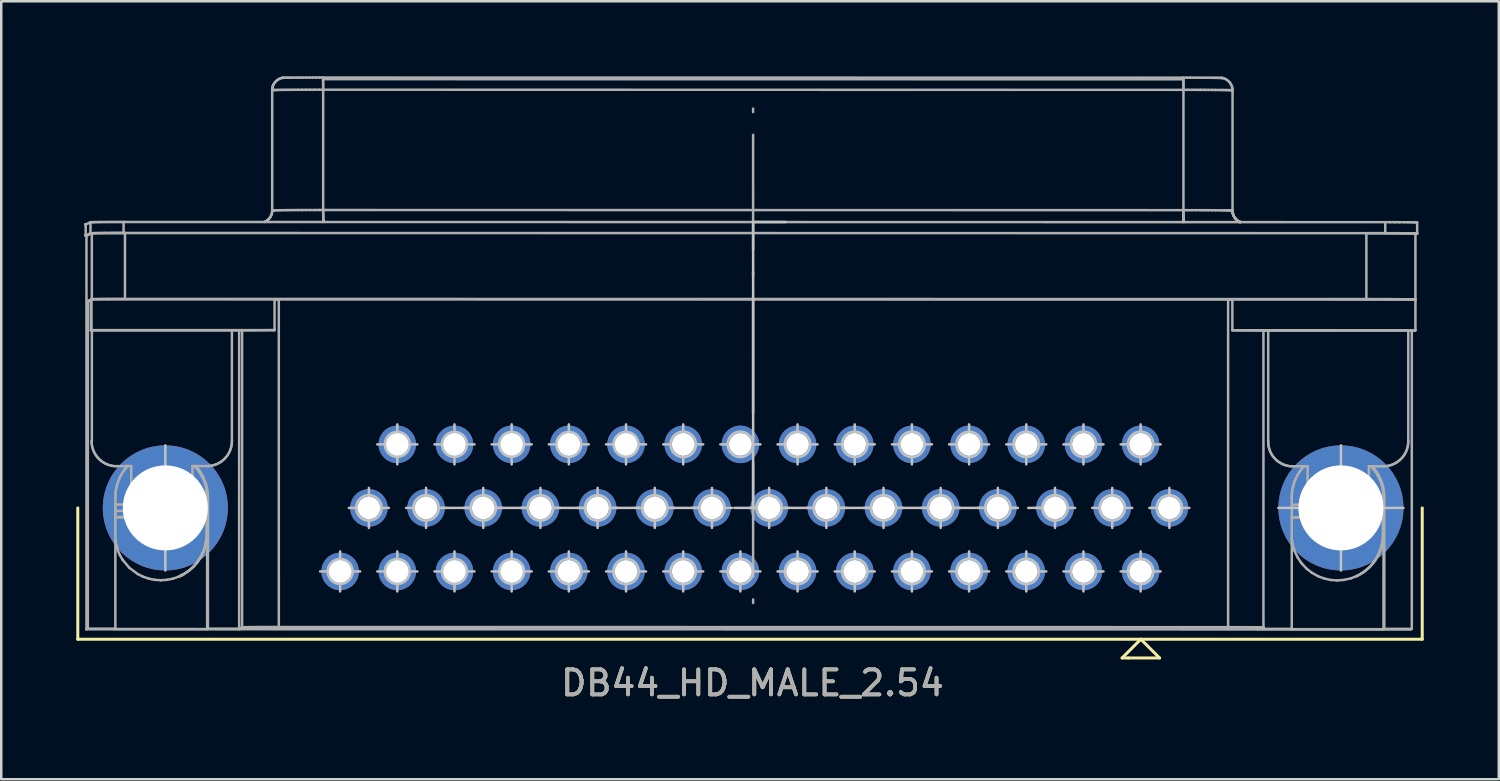
<source format=kicad_pcb>
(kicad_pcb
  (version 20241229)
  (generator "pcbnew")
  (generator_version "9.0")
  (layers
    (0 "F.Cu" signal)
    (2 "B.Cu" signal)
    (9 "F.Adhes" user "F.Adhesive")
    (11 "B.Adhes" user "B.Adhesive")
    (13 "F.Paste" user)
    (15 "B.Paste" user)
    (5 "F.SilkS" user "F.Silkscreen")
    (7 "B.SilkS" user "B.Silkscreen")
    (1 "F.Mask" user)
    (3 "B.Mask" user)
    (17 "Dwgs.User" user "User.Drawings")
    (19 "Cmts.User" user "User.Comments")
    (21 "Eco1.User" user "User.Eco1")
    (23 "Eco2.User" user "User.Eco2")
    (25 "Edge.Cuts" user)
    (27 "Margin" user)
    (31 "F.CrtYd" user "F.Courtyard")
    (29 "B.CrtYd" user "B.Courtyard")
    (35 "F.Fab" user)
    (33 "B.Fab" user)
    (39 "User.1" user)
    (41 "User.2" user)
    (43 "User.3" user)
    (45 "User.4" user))
  (footprint "DB44_HD_MALE_2.54"
    (layer "F.Cu")
    (at 27.66 15.859)
    (property "Reference" "DB44_HD_MALE_2.54" (at -0.625 8.397 0) (layer "F.SilkS") (effects (font (size 1 1) (thickness 0.15))))
    (attr through_hole)
    (fp_line (start -27.6 6.647) (end -27.6 1.397) (stroke (width 0.12) (type solid)) (layer "F.SilkS"))
    (fp_line (start 14.15 7.397) (end 14.9 6.647) (stroke (width 0.12) (type solid)) (layer "F.SilkS"))
    (fp_line (start 14.4 7.397) (end 14.15 7.397) (stroke (width 0.12) (type solid)) (layer "F.SilkS"))
    (fp_line (start 14.9 6.647) (end 15.65 7.397) (stroke (width 0.12) (type solid)) (layer "F.SilkS"))
    (fp_line (start 15.65 7.397) (end 14.4 7.397) (stroke (width 0.12) (type solid)) (layer "F.SilkS"))
    (fp_line (start 26.15 1.397) (end 26.15 6.647) (stroke (width 0.12) (type solid)) (layer "F.SilkS"))
    (fp_line (start 26.15 6.647) (end -27.6 6.647) (stroke (width 0.12) (type solid)) (layer "F.SilkS"))
    (fp_line (start -24.1 0.659) (end -24.1 -1.103) (stroke (width 0.1) (type solid)) (layer "Dwgs.User"))
    (fp_line (start -24.1 1.451) (end -24.1 1.343) (stroke (width 0.1) (type solid)) (layer "Dwgs.User"))
    (fp_line (start -24.1 2.147) (end -24.1 0.647) (stroke (width 0.1) (type solid)) (layer "Dwgs.User"))
    (fp_line (start -24.1 3.897) (end -24.1 2.134) (stroke (width 0.1) (type solid)) (layer "Dwgs.User"))
    (fp_line (start -23.35 1.397) (end -24.85 1.397) (stroke (width 0.1) (type solid)) (layer "Dwgs.User"))
    (fp_line (start -17.112 3.137) (end -17.112 4.737) (stroke (width 0.1) (type solid)) (layer "Dwgs.User"))
    (fp_line (start -16.312 3.937) (end -17.912 3.937) (stroke (width 0.1) (type solid)) (layer "Dwgs.User"))
    (fp_line (start -15.962 2.197) (end -15.962 0.597) (stroke (width 0.1) (type solid)) (layer "Dwgs.User"))
    (fp_line (start -15.162 1.397) (end -16.762 1.397) (stroke (width 0.1) (type solid)) (layer "Dwgs.User"))
    (fp_line (start -14.826 -0.343) (end -14.826 -1.943) (stroke (width 0.1) (type solid)) (layer "Dwgs.User"))
    (fp_line (start -14.826 3.137) (end -14.826 4.737) (stroke (width 0.1) (type solid)) (layer "Dwgs.User"))
    (fp_line (start -14.026 -1.143) (end -15.626 -1.143) (stroke (width 0.1) (type solid)) (layer "Dwgs.User"))
    (fp_line (start -14.026 3.937) (end -15.626 3.937) (stroke (width 0.1) (type solid)) (layer "Dwgs.User"))
    (fp_line (start -13.676 2.197) (end -13.676 0.597) (stroke (width 0.1) (type solid)) (layer "Dwgs.User"))
    (fp_line (start -12.876 1.397) (end -14.476 1.397) (stroke (width 0.1) (type solid)) (layer "Dwgs.User"))
    (fp_line (start -12.54 -0.343) (end -12.54 -1.943) (stroke (width 0.1) (type solid)) (layer "Dwgs.User"))
    (fp_line (start -12.54 3.137) (end -12.54 4.737) (stroke (width 0.1) (type solid)) (layer "Dwgs.User"))
    (fp_line (start -11.74 -1.143) (end -13.34 -1.143) (stroke (width 0.1) (type solid)) (layer "Dwgs.User"))
    (fp_line (start -11.74 3.937) (end -13.34 3.937) (stroke (width 0.1) (type solid)) (layer "Dwgs.User"))
    (fp_line (start -11.6 1.397) (end -13.1 1.397) (stroke (width 0.1) (type solid)) (layer "Dwgs.User"))
    (fp_line (start -11.39 2.197) (end -11.39 0.597) (stroke (width 0.1) (type solid)) (layer "Dwgs.User"))
    (fp_line (start -10.59 1.397) (end -12.19 1.397) (stroke (width 0.1) (type solid)) (layer "Dwgs.User"))
    (fp_line (start -10.254 -0.343) (end -10.254 -1.943) (stroke (width 0.1) (type solid)) (layer "Dwgs.User"))
    (fp_line (start -10.254 3.137) (end -10.254 4.737) (stroke (width 0.1) (type solid)) (layer "Dwgs.User"))
    (fp_line (start -9.454 -1.143) (end -11.054 -1.143) (stroke (width 0.1) (type solid)) (layer "Dwgs.User"))
    (fp_line (start -9.454 3.937) (end -11.054 3.937) (stroke (width 0.1) (type solid)) (layer "Dwgs.User"))
    (fp_line (start -9.104 2.197) (end -9.104 0.597) (stroke (width 0.1) (type solid)) (layer "Dwgs.User"))
    (fp_line (start -8.304 1.397) (end -9.904 1.397) (stroke (width 0.1) (type solid)) (layer "Dwgs.User"))
    (fp_line (start -7.968 -0.343) (end -7.968 -1.943) (stroke (width 0.1) (type solid)) (layer "Dwgs.User"))
    (fp_line (start -7.968 4.737) (end -7.968 3.137) (stroke (width 0.1) (type solid)) (layer "Dwgs.User"))
    (fp_line (start -7.168 -1.143) (end -8.768 -1.143) (stroke (width 0.1) (type solid)) (layer "Dwgs.User"))
    (fp_line (start -7.168 3.937) (end -8.768 3.937) (stroke (width 0.1) (type solid)) (layer "Dwgs.User"))
    (fp_line (start -6.818 2.197) (end -6.818 0.597) (stroke (width 0.1) (type solid)) (layer "Dwgs.User"))
    (fp_line (start -6.018 1.397) (end -7.618 1.397) (stroke (width 0.1) (type solid)) (layer "Dwgs.User"))
    (fp_line (start -5.682 -0.343) (end -5.682 -1.943) (stroke (width 0.1) (type solid)) (layer "Dwgs.User"))
    (fp_line (start -5.682 4.737) (end -5.682 3.137) (stroke (width 0.1) (type solid)) (layer "Dwgs.User"))
    (fp_line (start -4.882 -1.143) (end -6.482 -1.143) (stroke (width 0.1) (type solid)) (layer "Dwgs.User"))
    (fp_line (start -4.882 3.937) (end -6.482 3.937) (stroke (width 0.1) (type solid)) (layer "Dwgs.User"))
    (fp_line (start -4.532 2.197) (end -4.532 0.597) (stroke (width 0.1) (type solid)) (layer "Dwgs.User"))
    (fp_line (start -3.732 1.397) (end -5.332 1.397) (stroke (width 0.1) (type solid)) (layer "Dwgs.User"))
    (fp_line (start -3.396 -0.343) (end -3.396 -1.943) (stroke (width 0.1) (type solid)) (layer "Dwgs.User"))
    (fp_line (start -3.396 4.737) (end -3.396 3.137) (stroke (width 0.1) (type solid)) (layer "Dwgs.User"))
    (fp_line (start -2.596 -1.143) (end -4.196 -1.143) (stroke (width 0.1) (type solid)) (layer "Dwgs.User"))
    (fp_line (start -2.596 3.937) (end -4.196 3.937) (stroke (width 0.1) (type solid)) (layer "Dwgs.User"))
    (fp_line (start -2.246 2.197) (end -2.246 0.597) (stroke (width 0.1) (type solid)) (layer "Dwgs.User"))
    (fp_line (start -1.85 1.397) (end -11.1 1.397) (stroke (width 0.1) (type solid)) (layer "Dwgs.User"))
    (fp_line (start -1.446 1.397) (end -3.046 1.397) (stroke (width 0.1) (type solid)) (layer "Dwgs.User"))
    (fp_line (start -1.11 4.737) (end -1.11 3.137) (stroke (width 0.1) (type solid)) (layer "Dwgs.User"))
    (fp_line (start -0.6 -10.033) (end 0.701 -10.033) (stroke (width 0.1) (type solid)) (layer "Dwgs.User"))
    (fp_line (start -0.6 1.397) (end -0.6 -10.033) (stroke (width 0.1) (type solid)) (layer "Dwgs.User"))
    (fp_line (start -0.6 3.86) (end -0.6 3.983) (stroke (width 0.1) (type solid)) (layer "Dwgs.User"))
    (fp_line (start -0.31 -1.143) (end -1.91 -1.143) (stroke (width 0.1) (type solid)) (layer "Dwgs.User"))
    (fp_line (start -0.31 3.937) (end -1.91 3.937) (stroke (width 0.1) (type solid)) (layer "Dwgs.User"))
    (fp_line (start 0.04 2.197) (end 0.04 0.597) (stroke (width 0.1) (type solid)) (layer "Dwgs.User"))
    (fp_line (start 0.15 1.397) (end -1.35 1.397) (stroke (width 0.1) (type solid)) (layer "Dwgs.User"))
    (fp_line (start 0.84 1.397) (end -0.76 1.397) (stroke (width 0.1) (type solid)) (layer "Dwgs.User"))
    (fp_line (start 1.176 -0.343) (end 1.176 -1.943) (stroke (width 0.1) (type solid)) (layer "Dwgs.User"))
    (fp_line (start 1.176 4.737) (end 1.176 3.137) (stroke (width 0.1) (type solid)) (layer "Dwgs.User"))
    (fp_line (start 1.976 -1.143) (end 0.376 -1.143) (stroke (width 0.1) (type solid)) (layer "Dwgs.User"))
    (fp_line (start 1.976 3.937) (end 0.376 3.937) (stroke (width 0.1) (type solid)) (layer "Dwgs.User"))
    (fp_line (start 2.326 2.197) (end 2.326 0.597) (stroke (width 0.1) (type solid)) (layer "Dwgs.User"))
    (fp_line (start 3.126 1.397) (end 1.526 1.397) (stroke (width 0.1) (type solid)) (layer "Dwgs.User"))
    (fp_line (start 3.462 -0.343) (end 3.462 -1.943) (stroke (width 0.1) (type solid)) (layer "Dwgs.User"))
    (fp_line (start 3.462 4.737) (end 3.462 3.137) (stroke (width 0.1) (type solid)) (layer "Dwgs.User"))
    (fp_line (start 4.262 -1.143) (end 2.662 -1.143) (stroke (width 0.1) (type solid)) (layer "Dwgs.User"))
    (fp_line (start 4.262 3.937) (end 2.662 3.937) (stroke (width 0.1) (type solid)) (layer "Dwgs.User"))
    (fp_line (start 4.612 2.197) (end 4.612 0.597) (stroke (width 0.1) (type solid)) (layer "Dwgs.User"))
    (fp_line (start 5.412 1.397) (end 3.812 1.397) (stroke (width 0.1) (type solid)) (layer "Dwgs.User"))
    (fp_line (start 5.748 -0.343) (end 5.748 -1.943) (stroke (width 0.1) (type solid)) (layer "Dwgs.User"))
    (fp_line (start 5.748 4.737) (end 5.748 3.137) (stroke (width 0.1) (type solid)) (layer "Dwgs.User"))
    (fp_line (start 6.548 -1.143) (end 4.948 -1.143) (stroke (width 0.1) (type solid)) (layer "Dwgs.User"))
    (fp_line (start 6.548 3.937) (end 4.948 3.937) (stroke (width 0.1) (type solid)) (layer "Dwgs.User"))
    (fp_line (start 6.898 2.197) (end 6.898 0.597) (stroke (width 0.1) (type solid)) (layer "Dwgs.User"))
    (fp_line (start 7.698 1.397) (end 6.098 1.397) (stroke (width 0.1) (type solid)) (layer "Dwgs.User"))
    (fp_line (start 8.034 -0.343) (end 8.034 -1.943) (stroke (width 0.1) (type solid)) (layer "Dwgs.User"))
    (fp_line (start 8.034 4.737) (end 8.034 3.137) (stroke (width 0.1) (type solid)) (layer "Dwgs.User"))
    (fp_line (start 8.834 -1.143) (end 7.234 -1.143) (stroke (width 0.1) (type solid)) (layer "Dwgs.User"))
    (fp_line (start 8.834 3.937) (end 7.234 3.937) (stroke (width 0.1) (type solid)) (layer "Dwgs.User"))
    (fp_line (start 9.184 2.197) (end 9.184 0.597) (stroke (width 0.1) (type solid)) (layer "Dwgs.User"))
    (fp_line (start 9.9 1.397) (end 0.65 1.397) (stroke (width 0.1) (type solid)) (layer "Dwgs.User"))
    (fp_line (start 9.984 1.397) (end 8.384 1.397) (stroke (width 0.1) (type solid)) (layer "Dwgs.User"))
    (fp_line (start 10.32 -0.343) (end 10.32 -1.943) (stroke (width 0.1) (type solid)) (layer "Dwgs.User"))
    (fp_line (start 10.32 4.737) (end 10.32 3.137) (stroke (width 0.1) (type solid)) (layer "Dwgs.User"))
    (fp_line (start 11.12 -1.143) (end 9.52 -1.143) (stroke (width 0.1) (type solid)) (layer "Dwgs.User"))
    (fp_line (start 11.12 3.937) (end 9.52 3.937) (stroke (width 0.1) (type solid)) (layer "Dwgs.User"))
    (fp_line (start 11.47 2.197) (end 11.47 0.597) (stroke (width 0.1) (type solid)) (layer "Dwgs.User"))
    (fp_line (start 11.9 1.397) (end 10.4 1.397) (stroke (width 0.1) (type solid)) (layer "Dwgs.User"))
    (fp_line (start 12.27 1.397) (end 10.67 1.397) (stroke (width 0.1) (type solid)) (layer "Dwgs.User"))
    (fp_line (start 12.606 -0.343) (end 12.606 -1.943) (stroke (width 0.1) (type solid)) (layer "Dwgs.User"))
    (fp_line (start 12.606 4.737) (end 12.606 3.137) (stroke (width 0.1) (type solid)) (layer "Dwgs.User"))
    (fp_line (start 13.406 -1.143) (end 11.806 -1.143) (stroke (width 0.1) (type solid)) (layer "Dwgs.User"))
    (fp_line (start 13.406 3.937) (end 11.806 3.937) (stroke (width 0.1) (type solid)) (layer "Dwgs.User"))
    (fp_line (start 13.756 2.197) (end 13.756 0.597) (stroke (width 0.1) (type solid)) (layer "Dwgs.User"))
    (fp_line (start 14.556 1.397) (end 12.956 1.397) (stroke (width 0.1) (type solid)) (layer "Dwgs.User"))
    (fp_line (start 14.892 -0.343) (end 14.892 -1.943) (stroke (width 0.1) (type solid)) (layer "Dwgs.User"))
    (fp_line (start 14.892 4.737) (end 14.892 3.137) (stroke (width 0.1) (type solid)) (layer "Dwgs.User"))
    (fp_line (start 15.692 -1.143) (end 14.092 -1.143) (stroke (width 0.1) (type solid)) (layer "Dwgs.User"))
    (fp_line (start 15.692 3.937) (end 14.092 3.937) (stroke (width 0.1) (type solid)) (layer "Dwgs.User"))
    (fp_line (start 16.042 2.197) (end 16.042 0.597) (stroke (width 0.1) (type solid)) (layer "Dwgs.User"))
    (fp_line (start 16.842 1.397) (end 15.242 1.397) (stroke (width 0.1) (type solid)) (layer "Dwgs.User"))
    (fp_line (start 20.4 1.397) (end 22.162 1.397) (stroke (width 0.1) (type solid)) (layer "Dwgs.User"))
    (fp_line (start 22.846 1.397) (end 22.954 1.397) (stroke (width 0.1) (type solid)) (layer "Dwgs.User"))
    (fp_line (start 22.9 0.659) (end 22.9 -1.103) (stroke (width 0.1) (type solid)) (layer "Dwgs.User"))
    (fp_line (start 22.9 1.451) (end 22.9 1.343) (stroke (width 0.1) (type solid)) (layer "Dwgs.User"))
    (fp_line (start 22.9 2.147) (end 22.9 0.647) (stroke (width 0.1) (type solid)) (layer "Dwgs.User"))
    (fp_line (start 22.9 3.897) (end 22.9 2.134) (stroke (width 0.1) (type solid)) (layer "Dwgs.User"))
    (fp_line (start 23.638 1.397) (end 25.4 1.397) (stroke (width 0.1) (type solid)) (layer "Dwgs.User"))
    (fp_line (start 23.65 1.397) (end 22.15 1.397) (stroke (width 0.1) (type solid)) (layer "Dwgs.User"))
    (fp_circle (center -24.1 1.397) (end -25.7 1.397) (stroke (width 0.1) (type solid)) (fill no) (layer "Dwgs.User"))
    (fp_circle (center -17.112 3.937) (end -17.612 3.937) (stroke (width 0.1) (type solid)) (fill no) (layer "Dwgs.User"))
    (fp_circle (center -15.962 1.397) (end -16.472 1.397) (stroke (width 0.1) (type solid)) (fill no) (layer "Dwgs.User"))
    (fp_circle (center -14.826 -1.143) (end -15.326 -1.143) (stroke (width 0.1) (type solid)) (fill no) (layer "Dwgs.User"))
    (fp_circle (center -14.826 3.937) (end -15.326 3.937) (stroke (width 0.1) (type solid)) (fill no) (layer "Dwgs.User"))
    (fp_circle (center -13.676 1.397) (end -14.186 1.397) (stroke (width 0.1) (type solid)) (fill no) (layer "Dwgs.User"))
    (fp_circle (center -12.54 -1.143) (end -13.04 -1.143) (stroke (width 0.1) (type solid)) (fill no) (layer "Dwgs.User"))
    (fp_circle (center -12.54 3.937) (end -13.04 3.937) (stroke (width 0.1) (type solid)) (fill no) (layer "Dwgs.User"))
    (fp_circle (center -11.39 1.397) (end -11.9 1.397) (stroke (width 0.1) (type solid)) (fill no) (layer "Dwgs.User"))
    (fp_circle (center -10.254 -1.143) (end -10.754 -1.143) (stroke (width 0.1) (type solid)) (fill no) (layer "Dwgs.User"))
    (fp_circle (center -10.254 3.937) (end -10.754 3.937) (stroke (width 0.1) (type solid)) (fill no) (layer "Dwgs.User"))
    (fp_circle (center -9.104 1.397) (end -9.614 1.397) (stroke (width 0.1) (type solid)) (fill no) (layer "Dwgs.User"))
    (fp_circle (center -7.968 -1.143) (end -8.468 -1.143) (stroke (width 0.1) (type solid)) (fill no) (layer "Dwgs.User"))
    (fp_circle (center -7.968 3.937) (end -8.478 3.937) (stroke (width 0.1) (type solid)) (fill no) (layer "Dwgs.User"))
    (fp_circle (center -6.818 1.397) (end -7.328 1.397) (stroke (width 0.1) (type solid)) (fill no) (layer "Dwgs.User"))
    (fp_circle (center -5.682 -1.143) (end -6.182 -1.143) (stroke (width 0.1) (type solid)) (fill no) (layer "Dwgs.User"))
    (fp_circle (center -5.682 3.937) (end -6.192 3.937) (stroke (width 0.1) (type solid)) (fill no) (layer "Dwgs.User"))
    (fp_circle (center -4.532 1.397) (end -5.042 1.397) (stroke (width 0.1) (type solid)) (fill no) (layer "Dwgs.User"))
    (fp_circle (center -3.396 -1.143) (end -3.906 -1.143) (stroke (width 0.1) (type solid)) (fill no) (layer "Dwgs.User"))
    (fp_circle (center -3.396 3.937) (end -3.906 3.937) (stroke (width 0.1) (type solid)) (fill no) (layer "Dwgs.User"))
    (fp_circle (center -2.246 1.397) (end -2.756 1.397) (stroke (width 0.1) (type solid)) (fill no) (layer "Dwgs.User"))
    (fp_circle (center -1.11 -1.143) (end -1.62 -1.143) (stroke (width 0.1) (type solid)) (fill no) (layer "Dwgs.User"))
    (fp_circle (center -1.11 3.937) (end -1.62 3.937) (stroke (width 0.1) (type solid)) (fill no) (layer "Dwgs.User"))
    (fp_circle (center 0.04 1.397) (end -0.47 1.397) (stroke (width 0.1) (type solid)) (fill no) (layer "Dwgs.User"))
    (fp_circle (center 1.176 -1.143) (end 0.666 -1.143) (stroke (width 0.1) (type solid)) (fill no) (layer "Dwgs.User"))
    (fp_circle (center 1.176 3.937) (end 0.666 3.937) (stroke (width 0.1) (type solid)) (fill no) (layer "Dwgs.User"))
    (fp_circle (center 2.326 1.397) (end 1.816 1.397) (stroke (width 0.1) (type solid)) (fill no) (layer "Dwgs.User"))
    (fp_circle (center 3.462 -1.143) (end 2.952 -1.143) (stroke (width 0.1) (type solid)) (fill no) (layer "Dwgs.User"))
    (fp_circle (center 3.462 3.937) (end 2.952 3.937) (stroke (width 0.1) (type solid)) (fill no) (layer "Dwgs.User"))
    (fp_circle (center 4.612 1.397) (end 4.102 1.397) (stroke (width 0.1) (type solid)) (fill no) (layer "Dwgs.User"))
    (fp_circle (center 5.748 -1.143) (end 5.238 -1.143) (stroke (width 0.1) (type solid)) (fill no) (layer "Dwgs.User"))
    (fp_circle (center 5.748 3.937) (end 5.238 3.937) (stroke (width 0.1) (type solid)) (fill no) (layer "Dwgs.User"))
    (fp_circle (center 6.898 1.397) (end 6.388 1.397) (stroke (width 0.1) (type solid)) (fill no) (layer "Dwgs.User"))
    (fp_circle (center 8.034 -1.143) (end 7.524 -1.143) (stroke (width 0.1) (type solid)) (fill no) (layer "Dwgs.User"))
    (fp_circle (center 8.034 3.937) (end 7.524 3.937) (stroke (width 0.1) (type solid)) (fill no) (layer "Dwgs.User"))
    (fp_circle (center 9.184 1.397) (end 8.674 1.397) (stroke (width 0.1) (type solid)) (fill no) (layer "Dwgs.User"))
    (fp_circle (center 10.32 -1.143) (end 9.81 -1.143) (stroke (width 0.1) (type solid)) (fill no) (layer "Dwgs.User"))
    (fp_circle (center 10.32 3.937) (end 9.81 3.937) (stroke (width 0.1) (type solid)) (fill no) (layer "Dwgs.User"))
    (fp_circle (center 11.47 1.397) (end 10.96 1.397) (stroke (width 0.1) (type solid)) (fill no) (layer "Dwgs.User"))
    (fp_circle (center 12.606 -1.143) (end 12.096 -1.143) (stroke (width 0.1) (type solid)) (fill no) (layer "Dwgs.User"))
    (fp_circle (center 12.606 3.937) (end 12.096 3.937) (stroke (width 0.1) (type solid)) (fill no) (layer "Dwgs.User"))
    (fp_circle (center 13.756 1.397) (end 13.246 1.397) (stroke (width 0.1) (type solid)) (fill no) (layer "Dwgs.User"))
    (fp_circle (center 14.892 -1.143) (end 14.382 -1.143) (stroke (width 0.1) (type solid)) (fill no) (layer "Dwgs.User"))
    (fp_circle (center 14.892 3.937) (end 14.382 3.937) (stroke (width 0.1) (type solid)) (fill no) (layer "Dwgs.User"))
    (fp_circle (center 16.042 1.397) (end 15.532 1.397) (stroke (width 0.1) (type solid)) (fill no) (layer "Dwgs.User"))
    (fp_circle (center 22.9 1.397) (end 21.3 1.397) (stroke (width 0.1) (type solid)) (fill no) (layer "Dwgs.User"))
    (fp_line (start -27.284 -9.936) (end -27.284 -9.936) (stroke (width 0.1) (type solid)) (layer "F.Fab"))
    (fp_line (start -27.284 -9.936) (end -27.284 -9.936) (stroke (width 0.1) (type solid)) (layer "F.Fab"))
    (fp_line (start -27.284 -9.936) (end -27.284 -9.936) (stroke (width 0.1) (type solid)) (layer "F.Fab"))
    (fp_line (start -27.284 -9.496) (end -27.284 -9.496) (stroke (width 0.1) (type solid)) (layer "F.Fab"))
    (fp_line (start -27.284 -9.936) (end -27.284 -9.936) (stroke (width 0.1) (type solid)) (layer "F.Fab"))
    (fp_line (start -27.284 -9.936) (end -27.284 -9.936) (stroke (width 0.1) (type solid)) (layer "F.Fab"))
    (fp_line (start -27.284 -9.496) (end -27.283 -9.495) (stroke (width 0.1) (type solid)) (layer "F.Fab"))
    (fp_line (start -27.284 -9.936) (end -27.284 -9.936) (stroke (width 0.1) (type solid)) (layer "F.Fab"))
    (fp_line (start -27.284 -9.936) (end -27.284 -9.936) (stroke (width 0.1) (type solid)) (layer "F.Fab"))
    (fp_line (start -27.284 -9.936) (end -27.284 -9.936) (stroke (width 0.1) (type solid)) (layer "F.Fab"))
    (fp_line (start -27.284 -9.936) (end -27.284 -9.936) (stroke (width 0.1) (type solid)) (layer "F.Fab"))
    (fp_line (start -27.284 -9.936) (end -27.284 -9.496) (stroke (width 0.1) (type solid)) (layer "F.Fab"))
    (fp_line (start -27.284 -9.936) (end -27.284 -9.936) (stroke (width 0.1) (type solid)) (layer "F.Fab"))
    (fp_line (start -27.284 -9.496) (end -27.284 -9.496) (stroke (width 0.1) (type solid)) (layer "F.Fab"))
    (fp_line (start -27.283 -9.495) (end -27.281 -9.495) (stroke (width 0.1) (type solid)) (layer "F.Fab"))
    (fp_line (start -27.281 -9.495) (end -27.278 -9.495) (stroke (width 0.1) (type solid)) (layer "F.Fab"))
    (fp_line (start -27.278 -9.495) (end -27.274 -9.494) (stroke (width 0.1) (type solid)) (layer "F.Fab"))
    (fp_line (start -27.274 -9.494) (end -27.268 -9.494) (stroke (width 0.1) (type solid)) (layer "F.Fab"))
    (fp_line (start -27.268 -9.494) (end -27.262 -9.494) (stroke (width 0.1) (type solid)) (layer "F.Fab"))
    (fp_line (start -27.262 -9.494) (end -27.254 -9.493) (stroke (width 0.1) (type solid)) (layer "F.Fab"))
    (fp_line (start -27.254 -9.493) (end -27.246 -9.493) (stroke (width 0.1) (type solid)) (layer "F.Fab"))
    (fp_line (start -27.253 -9.493) (end -27.253 6.25) (stroke (width 0.1) (type solid)) (layer "F.Fab"))
    (fp_line (start -27.253 6.25) (end -21.144 6.251) (stroke (width 0.1) (type solid)) (layer "F.Fab"))
    (fp_line (start -27.246 -9.493) (end -27.236 -9.493) (stroke (width 0.1) (type solid)) (layer "F.Fab"))
    (fp_line (start -27.236 -9.493) (end -27.039 -9.583) (stroke (width 0.1) (type solid)) (layer "F.Fab"))
    (fp_line (start -27.198 -6.875) (end -27.08 -6.929) (stroke (width 0.1) (type solid)) (layer "F.Fab"))
    (fp_line (start -27.198 6.224) (end -27.253 6.25) (stroke (width 0.1) (type solid)) (layer "F.Fab"))
    (fp_line (start -27.198 6.224) (end -27.198 -6.875) (stroke (width 0.1) (type solid)) (layer "F.Fab"))
    (fp_line (start -27.093 -10.023) (end -27.284 -9.936) (stroke (width 0.1) (type solid)) (layer "F.Fab"))
    (fp_line (start -27.093 -9.583) (end -27.284 -9.496) (stroke (width 0.1) (type solid)) (layer "F.Fab"))
    (fp_line (start -27.093 -9.583) (end -27.093 -10.023) (stroke (width 0.1) (type solid)) (layer "F.Fab"))
    (fp_line (start -27.088 -10.024) (end -27.093 -10.023) (stroke (width 0.1) (type solid)) (layer "F.Fab"))
    (fp_line (start -27.08 -6.929) (end -27.08 -5.699) (stroke (width 0.1) (type solid)) (layer "F.Fab"))
    (fp_line (start -27.08 -6.875) (end -27.198 -6.875) (stroke (width 0.1) (type solid)) (layer "F.Fab"))
    (fp_line (start -27.08 -5.699) (end -27.052 -5.712) (stroke (width 0.1) (type solid)) (layer "F.Fab"))
    (fp_line (start -27.08 -5.699) (end -21.031 -5.698) (stroke (width 0.1) (type solid)) (layer "F.Fab"))
    (fp_line (start -27.076 -9.585) (end -27.093 -9.583) (stroke (width 0.1) (type solid)) (layer "F.Fab"))
    (fp_line (start -27.074 -10.025) (end -27.088 -10.024) (stroke (width 0.1) (type solid)) (layer "F.Fab"))
    (fp_line (start -27.052 -6.942) (end -27.039 -6.948) (stroke (width 0.1) (type solid)) (layer "F.Fab"))
    (fp_line (start -27.052 -6.942) (end -19.733 -6.941) (stroke (width 0.1) (type solid)) (layer "F.Fab"))
    (fp_line (start -27.052 -5.712) (end -27.052 -6.942) (stroke (width 0.1) (type solid)) (layer "F.Fab"))
    (fp_line (start -27.052 -10.026) (end -27.074 -10.025) (stroke (width 0.1) (type solid)) (layer "F.Fab"))
    (fp_line (start -27.048 -1.27) (end -27.048 -1.275) (stroke (width 0.1) (type solid)) (layer "F.Fab"))
    (fp_line (start -27.048 -1.27) (end -27.045 -1.193) (stroke (width 0.1) (type solid)) (layer "F.Fab"))
    (fp_line (start -27.045 -1.193) (end -27.036 -1.116) (stroke (width 0.1) (type solid)) (layer "F.Fab"))
    (fp_line (start -27.039 -9.583) (end -27.022 -9.585) (stroke (width 0.1) (type solid)) (layer "F.Fab"))
    (fp_line (start -27.039 -6.948) (end -27.039 -9.583) (stroke (width 0.1) (type solid)) (layer "F.Fab"))
    (fp_line (start -27.038 -1.275) (end -27.038 -5.699) (stroke (width 0.1) (type solid)) (layer "F.Fab"))
    (fp_line (start -27.036 -1.116) (end -27.02 -1.039) (stroke (width 0.1) (type solid)) (layer "F.Fab"))
    (fp_line (start -27.033 -6.949) (end -27.039 -6.948) (stroke (width 0.1) (type solid)) (layer "F.Fab"))
    (fp_line (start -27.029 -9.586) (end -27.076 -9.585) (stroke (width 0.1) (type solid)) (layer "F.Fab"))
    (fp_line (start -27.023 -10.027) (end -27.052 -10.026) (stroke (width 0.1) (type solid)) (layer "F.Fab"))
    (fp_line (start -27.022 -9.585) (end -26.974 -9.586) (stroke (width 0.1) (type solid)) (layer "F.Fab"))
    (fp_line (start -27.02 -1.039) (end -26.999 -0.962) (stroke (width 0.1) (type solid)) (layer "F.Fab"))
    (fp_line (start -27.019 -6.95) (end -27.033 -6.949) (stroke (width 0.1) (type solid)) (layer "F.Fab"))
    (fp_line (start -26.999 -0.962) (end -26.972 -0.888) (stroke (width 0.1) (type solid)) (layer "F.Fab"))
    (fp_line (start -26.998 -6.951) (end -27.019 -6.95) (stroke (width 0.1) (type solid)) (layer "F.Fab"))
    (fp_line (start -26.985 -10.027) (end -27.023 -10.027) (stroke (width 0.1) (type solid)) (layer "F.Fab"))
    (fp_line (start -26.974 -9.586) (end -26.895 -9.588) (stroke (width 0.1) (type solid)) (layer "F.Fab"))
    (fp_line (start -26.972 -0.888) (end -26.938 -0.816) (stroke (width 0.1) (type solid)) (layer "F.Fab"))
    (fp_line (start -26.968 -6.951) (end -26.998 -6.951) (stroke (width 0.1) (type solid)) (layer "F.Fab"))
    (fp_line (start -26.949 -9.588) (end -27.029 -9.586) (stroke (width 0.1) (type solid)) (layer "F.Fab"))
    (fp_line (start -26.94 -10.028) (end -26.985 -10.027) (stroke (width 0.1) (type solid)) (layer "F.Fab"))
    (fp_line (start -26.938 -0.816) (end -26.899 -0.747) (stroke (width 0.1) (type solid)) (layer "F.Fab"))
    (fp_line (start -26.93 -6.952) (end -26.968 -6.951) (stroke (width 0.1) (type solid)) (layer "F.Fab"))
    (fp_line (start -26.899 -0.747) (end -26.856 -0.681) (stroke (width 0.1) (type solid)) (layer "F.Fab"))
    (fp_line (start -26.895 -9.588) (end -26.782 -9.589) (stroke (width 0.1) (type solid)) (layer "F.Fab"))
    (fp_line (start -26.888 -10.029) (end -26.94 -10.028) (stroke (width 0.1) (type solid)) (layer "F.Fab"))
    (fp_line (start -26.885 -6.953) (end -26.93 -6.952) (stroke (width 0.1) (type solid)) (layer "F.Fab"))
    (fp_line (start -26.856 -0.681) (end -26.807 -0.62) (stroke (width 0.1) (type solid)) (layer "F.Fab"))
    (fp_line (start -26.837 -9.59) (end -26.949 -9.588) (stroke (width 0.1) (type solid)) (layer "F.Fab"))
    (fp_line (start -26.833 -6.954) (end -26.885 -6.953) (stroke (width 0.1) (type solid)) (layer "F.Fab"))
    (fp_line (start -26.829 -10.03) (end -26.888 -10.029) (stroke (width 0.1) (type solid)) (layer "F.Fab"))
    (fp_line (start -26.807 -0.62) (end -26.755 -0.563) (stroke (width 0.1) (type solid)) (layer "F.Fab"))
    (fp_line (start -26.782 -9.589) (end -26.641 -9.591) (stroke (width 0.1) (type solid)) (layer "F.Fab"))
    (fp_line (start -26.774 -6.955) (end -26.833 -6.954) (stroke (width 0.1) (type solid)) (layer "F.Fab"))
    (fp_line (start -26.765 -10.03) (end -26.829 -10.03) (stroke (width 0.1) (type solid)) (layer "F.Fab"))
    (fp_line (start -26.755 -0.563) (end -26.698 -0.511) (stroke (width 0.1) (type solid)) (layer "F.Fab"))
    (fp_line (start -26.71 -6.955) (end -26.774 -6.955) (stroke (width 0.1) (type solid)) (layer "F.Fab"))
    (fp_line (start -26.698 -0.511) (end -26.637 -0.463) (stroke (width 0.1) (type solid)) (layer "F.Fab"))
    (fp_line (start -26.695 -10.031) (end -26.765 -10.03) (stroke (width 0.1) (type solid)) (layer "F.Fab"))
    (fp_line (start -26.695 -9.591) (end -26.837 -9.59) (stroke (width 0.1) (type solid)) (layer "F.Fab"))
    (fp_line (start -26.641 -9.591) (end -26.474 -9.592) (stroke (width 0.1) (type solid)) (layer "F.Fab"))
    (fp_line (start -26.641 -6.956) (end -26.71 -6.955) (stroke (width 0.1) (type solid)) (layer "F.Fab"))
    (fp_line (start -26.637 -0.463) (end -26.572 -0.419) (stroke (width 0.1) (type solid)) (layer "F.Fab"))
    (fp_line (start -26.62 -10.032) (end -26.695 -10.031) (stroke (width 0.1) (type solid)) (layer "F.Fab"))
    (fp_line (start -26.572 -0.419) (end -26.503 -0.38) (stroke (width 0.1) (type solid)) (layer "F.Fab"))
    (fp_line (start -26.566 -6.957) (end -26.641 -6.956) (stroke (width 0.1) (type solid)) (layer "F.Fab"))
    (fp_line (start -26.54 -10.032) (end -26.62 -10.032) (stroke (width 0.1) (type solid)) (layer "F.Fab"))
    (fp_line (start -26.529 -9.592) (end -26.695 -9.591) (stroke (width 0.1) (type solid)) (layer "F.Fab"))
    (fp_line (start -26.503 -0.38) (end -26.43 -0.347) (stroke (width 0.1) (type solid)) (layer "F.Fab"))
    (fp_line (start -26.485 -6.957) (end -26.566 -6.957) (stroke (width 0.1) (type solid)) (layer "F.Fab"))
    (fp_line (start -26.474 -9.592) (end -26.29 -9.593) (stroke (width 0.1) (type solid)) (layer "F.Fab"))
    (fp_line (start -26.453 -10.033) (end -26.54 -10.032) (stroke (width 0.1) (type solid)) (layer "F.Fab"))
    (fp_line (start -26.43 -0.347) (end -26.356 -0.319) (stroke (width 0.1) (type solid)) (layer "F.Fab"))
    (fp_line (start -26.399 -6.958) (end -26.485 -6.957) (stroke (width 0.1) (type solid)) (layer "F.Fab"))
    (fp_line (start -26.363 -10.033) (end -26.453 -10.033) (stroke (width 0.1) (type solid)) (layer "F.Fab"))
    (fp_line (start -26.356 -0.319) (end -26.28 -0.298) (stroke (width 0.1) (type solid)) (layer "F.Fab"))
    (fp_line (start -26.345 -9.593) (end -26.529 -9.592) (stroke (width 0.1) (type solid)) (layer "F.Fab"))
    (fp_line (start -26.308 -6.958) (end -26.399 -6.958) (stroke (width 0.1) (type solid)) (layer "F.Fab"))
    (fp_line (start -26.29 -9.593) (end -26.097 -9.594) (stroke (width 0.1) (type solid)) (layer "F.Fab"))
    (fp_line (start -26.28 -0.298) (end -26.202 -0.282) (stroke (width 0.1) (type solid)) (layer "F.Fab"))
    (fp_line (start -26.268 -10.034) (end -26.363 -10.033) (stroke (width 0.1) (type solid)) (layer "F.Fab"))
    (fp_line (start -26.213 -6.958) (end -26.308 -6.958) (stroke (width 0.1) (type solid)) (layer "F.Fab"))
    (fp_line (start -26.202 -0.282) (end -26.125 -0.273) (stroke (width 0.1) (type solid)) (layer "F.Fab"))
    (fp_line (start -26.17 -10.034) (end -26.268 -10.034) (stroke (width 0.1) (type solid)) (layer "F.Fab"))
    (fp_line (start -26.152 -9.594) (end -26.345 -9.593) (stroke (width 0.1) (type solid)) (layer "F.Fab"))
    (fp_line (start -26.128 6.238) (end -26.098 6.224) (stroke (width 0.1) (type solid)) (layer "F.Fab"))
    (fp_line (start -26.125 -0.273) (end -26.048 -0.27) (stroke (width 0.1) (type solid)) (layer "F.Fab"))
    (fp_line (start -26.116 -6.959) (end -26.213 -6.958) (stroke (width 0.1) (type solid)) (layer "F.Fab"))
    (fp_line (start -26.098 0.975) (end -26.094 0.85) (stroke (width 0.1) (type solid)) (layer "F.Fab"))
    (fp_line (start -26.098 1.515) (end -22.454 1.515) (stroke (width 0.1) (type solid)) (layer "F.Fab"))
    (fp_line (start -26.098 1.769) (end -24.894 1.79) (stroke (width 0.1) (type solid)) (layer "F.Fab"))
    (fp_line (start -26.098 1.765) (end -26.098 1.265) (stroke (width 0.1) (type solid)) (layer "F.Fab"))
    (fp_line (start -26.098 2.675) (end -26.002 3.086) (stroke (width 0.1) (type solid)) (layer "F.Fab"))
    (fp_line (start -26.098 6.224) (end -27.198 6.224) (stroke (width 0.1) (type solid)) (layer "F.Fab"))
    (fp_line (start -26.098 6.224) (end -26.098 0.975) (stroke (width 0.1) (type solid)) (layer "F.Fab"))
    (fp_line (start -26.097 -9.594) (end -25.903 -9.594) (stroke (width 0.1) (type solid)) (layer "F.Fab"))
    (fp_line (start -26.094 0.85) (end -26.081 0.722) (stroke (width 0.1) (type solid)) (layer "F.Fab"))
    (fp_line (start -26.081 0.722) (end -26.058 0.593) (stroke (width 0.1) (type solid)) (layer "F.Fab"))
    (fp_line (start -26.071 -10.034) (end -26.17 -10.034) (stroke (width 0.1) (type solid)) (layer "F.Fab"))
    (fp_line (start -26.058 0.593) (end -26.026 0.462) (stroke (width 0.1) (type solid)) (layer "F.Fab"))
    (fp_line (start -26.026 0.462) (end -25.983 0.333) (stroke (width 0.1) (type solid)) (layer "F.Fab"))
    (fp_line (start -26.016 -6.959) (end -26.116 -6.959) (stroke (width 0.1) (type solid)) (layer "F.Fab"))
    (fp_line (start -26.002 3.086) (end -25.918 3.284) (stroke (width 0.1) (type solid)) (layer "F.Fab"))
    (fp_line (start -25.983 0.333) (end -25.93 0.204) (stroke (width 0.1) (type solid)) (layer "F.Fab"))
    (fp_line (start -25.97 -10.034) (end -26.071 -10.034) (stroke (width 0.1) (type solid)) (layer "F.Fab"))
    (fp_line (start -25.957 -9.594) (end -26.152 -9.594) (stroke (width 0.1) (type solid)) (layer "F.Fab"))
    (fp_line (start -25.93 0.204) (end -25.866 0.078) (stroke (width 0.1) (type solid)) (layer "F.Fab"))
    (fp_line (start -25.918 3.284) (end -25.81 3.47) (stroke (width 0.1) (type solid)) (layer "F.Fab"))
    (fp_line (start -25.915 -6.959) (end -26.016 -6.959) (stroke (width 0.1) (type solid)) (layer "F.Fab"))
    (fp_line (start -25.903 -9.594) (end -25.714 -9.594) (stroke (width 0.1) (type solid)) (layer "F.Fab"))
    (fp_line (start -25.869 -10.034) (end -25.97 -10.034) (stroke (width 0.1) (type solid)) (layer "F.Fab"))
    (fp_line (start -25.866 0.078) (end -25.793 -0.043) (stroke (width 0.1) (type solid)) (layer "F.Fab"))
    (fp_line (start -25.814 -6.959) (end -25.915 -6.959) (stroke (width 0.1) (type solid)) (layer "F.Fab"))
    (fp_line (start -25.81 3.47) (end -25.535 3.795) (stroke (width 0.1) (type solid)) (layer "F.Fab"))
    (fp_line (start -25.793 -0.043) (end -25.709 -0.16) (stroke (width 0.1) (type solid)) (layer "F.Fab"))
    (fp_line (start -25.769 -10.034) (end -25.869 -10.034) (stroke (width 0.1) (type solid)) (layer "F.Fab"))
    (fp_line (start -25.769 -10.034) (end -25.769 -9.594) (stroke (width 0.1) (type solid)) (layer "F.Fab"))
    (fp_line (start -25.769 -9.594) (end -25.957 -9.594) (stroke (width 0.1) (type solid)) (layer "F.Fab"))
    (fp_line (start -25.714 -9.594) (end -25.714 -6.959) (stroke (width 0.1) (type solid)) (layer "F.Fab"))
    (fp_line (start -25.714 -6.959) (end 23.917 -6.952) (stroke (width 0.1) (type solid)) (layer "F.Fab"))
    (fp_line (start -25.714 -6.959) (end -25.814 -6.959) (stroke (width 0.1) (type solid)) (layer "F.Fab"))
    (fp_line (start -25.709 -0.16) (end -25.616 -0.27) (stroke (width 0.1) (type solid)) (layer "F.Fab"))
    (fp_line (start -25.616 -0.271) (end -25.616 -0.27) (stroke (width 0.1) (type solid)) (layer "F.Fab"))
    (fp_line (start -25.616 -0.271) (end -25.616 -0.271) (stroke (width 0.1) (type solid)) (layer "F.Fab"))
    (fp_line (start -25.615 -0.272) (end -25.616 -0.271) (stroke (width 0.1) (type solid)) (layer "F.Fab"))
    (fp_line (start -25.615 -0.272) (end -25.615 -0.272) (stroke (width 0.1) (type solid)) (layer "F.Fab"))
    (fp_line (start -25.614 -0.273) (end -25.615 -0.272) (stroke (width 0.1) (type solid)) (layer "F.Fab"))
    (fp_line (start -25.614 -0.273) (end -25.614 -0.273) (stroke (width 0.1) (type solid)) (layer "F.Fab"))
    (fp_line (start -25.614 -0.273) (end -25.614 -0.273) (stroke (width 0.1) (type solid)) (layer "F.Fab"))
    (fp_line (start -25.613 -0.274) (end -25.614 -0.273) (stroke (width 0.1) (type solid)) (layer "F.Fab"))
    (fp_line (start -25.613 -0.274) (end -25.613 -0.274) (stroke (width 0.1) (type solid)) (layer "F.Fab"))
    (fp_line (start -25.612 -0.275) (end -25.613 -0.274) (stroke (width 0.1) (type solid)) (layer "F.Fab"))
    (fp_line (start -25.537 1.259) (end -26.098 1.265) (stroke (width 0.1) (type solid)) (layer "F.Fab"))
    (fp_line (start -25.537 1.259) (end -25.537 1.76) (stroke (width 0.1) (type solid)) (layer "F.Fab"))
    (fp_line (start -25.537 1.759) (end -26.098 1.765) (stroke (width 0.1) (type solid)) (layer "F.Fab"))
    (fp_line (start -25.537 1.76) (end -25.469 1.729) (stroke (width 0.1) (type solid)) (layer "F.Fab"))
    (fp_line (start -25.535 3.795) (end -25.204 4.041) (stroke (width 0.1) (type solid)) (layer "F.Fab"))
    (fp_line (start -25.473 1.23) (end -25.537 1.259) (stroke (width 0.1) (type solid)) (layer "F.Fab"))
    (fp_line (start -25.469 1.729) (end -25.469 1.727) (stroke (width 0.1) (type solid)) (layer "F.Fab"))
    (fp_line (start -25.469 1.727) (end -25.468 1.724) (stroke (width 0.1) (type solid)) (layer "F.Fab"))
    (fp_line (start -25.468 1.724) (end -25.468 1.719) (stroke (width 0.1) (type solid)) (layer "F.Fab"))
    (fp_line (start -25.468 1.719) (end -25.467 1.713) (stroke (width 0.1) (type solid)) (layer "F.Fab"))
    (fp_line (start -25.467 1.713) (end -25.467 1.704) (stroke (width 0.1) (type solid)) (layer "F.Fab"))
    (fp_line (start -25.467 1.704) (end -25.467 1.694) (stroke (width 0.1) (type solid)) (layer "F.Fab"))
    (fp_line (start -25.467 1.694) (end -25.466 1.682) (stroke (width 0.1) (type solid)) (layer "F.Fab"))
    (fp_line (start -25.466 1.682) (end -25.466 1.669) (stroke (width 0.1) (type solid)) (layer "F.Fab"))
    (fp_line (start -25.466 1.669) (end -25.465 1.654) (stroke (width 0.1) (type solid)) (layer "F.Fab"))
    (fp_line (start -25.465 1.654) (end -25.465 1.638) (stroke (width 0.1) (type solid)) (layer "F.Fab"))
    (fp_line (start -25.465 1.638) (end -25.465 1.621) (stroke (width 0.1) (type solid)) (layer "F.Fab"))
    (fp_line (start -25.465 1.621) (end -25.464 1.603) (stroke (width 0.1) (type solid)) (layer "F.Fab"))
    (fp_line (start -25.464 1.603) (end -25.464 1.583) (stroke (width 0.1) (type solid)) (layer "F.Fab"))
    (fp_line (start -25.464 1.583) (end -25.464 1.562) (stroke (width 0.1) (type solid)) (layer "F.Fab"))
    (fp_line (start -25.464 1.562) (end -25.464 1.54) (stroke (width 0.1) (type solid)) (layer "F.Fab"))
    (fp_line (start -25.464 1.54) (end -25.464 1.518) (stroke (width 0.1) (type solid)) (layer "F.Fab"))
    (fp_line (start -25.464 1.518) (end -25.464 1.495) (stroke (width 0.1) (type solid)) (layer "F.Fab"))
    (fp_line (start -25.464 1.495) (end -25.463 1.472) (stroke (width 0.1) (type solid)) (layer "F.Fab"))
    (fp_line (start -25.463 1.472) (end -25.463 1.448) (stroke (width 0.1) (type solid)) (layer "F.Fab"))
    (fp_line (start -25.463 -0.275) (end -26.038 -0.275) (stroke (width 0.1) (type solid)) (layer "F.Fab"))
    (fp_line (start -25.463 -0.275) (end -25.463 -0.275) (stroke (width 0.1) (type solid)) (layer "F.Fab"))
    (fp_line (start -25.463 -0.275) (end -25.463 1.425) (stroke (width 0.1) (type solid)) (layer "F.Fab"))
    (fp_line (start -25.463 1.448) (end -25.463 1.425) (stroke (width 0.1) (type solid)) (layer "F.Fab"))
    (fp_line (start -25.463 1.425) (end -24.564 1.425) (stroke (width 0.1) (type solid)) (layer "F.Fab"))
    (fp_line (start -25.204 4.041) (end -24.993 4.145) (stroke (width 0.1) (type solid)) (layer "F.Fab"))
    (fp_line (start -24.993 4.145) (end -24.766 4.223) (stroke (width 0.1) (type solid)) (layer "F.Fab"))
    (fp_line (start -24.894 1.79) (end -24.888 1.79) (stroke (width 0.1) (type solid)) (layer "F.Fab"))
    (fp_line (start -24.888 1.79) (end -24.883 1.79) (stroke (width 0.1) (type solid)) (layer "F.Fab"))
    (fp_line (start -24.883 1.79) (end -24.877 1.79) (stroke (width 0.1) (type solid)) (layer "F.Fab"))
    (fp_line (start -24.877 1.79) (end -24.871 1.79) (stroke (width 0.1) (type solid)) (layer "F.Fab"))
    (fp_line (start -24.871 1.79) (end -24.865 1.79) (stroke (width 0.1) (type solid)) (layer "F.Fab"))
    (fp_line (start -24.865 1.79) (end -24.859 1.79) (stroke (width 0.1) (type solid)) (layer "F.Fab"))
    (fp_line (start -24.859 1.79) (end -24.852 1.79) (stroke (width 0.1) (type solid)) (layer "F.Fab"))
    (fp_line (start -24.852 1.79) (end -24.846 1.79) (stroke (width 0.1) (type solid)) (layer "F.Fab"))
    (fp_line (start -24.846 1.79) (end -24.84 1.79) (stroke (width 0.1) (type solid)) (layer "F.Fab"))
    (fp_line (start -24.84 1.79) (end -24.833 1.79) (stroke (width 0.1) (type solid)) (layer "F.Fab"))
    (fp_line (start -24.833 1.79) (end -24.818 1.79) (stroke (width 0.1) (type solid)) (layer "F.Fab"))
    (fp_line (start -24.818 1.79) (end -24.804 1.79) (stroke (width 0.1) (type solid)) (layer "F.Fab"))
    (fp_line (start -24.804 1.79) (end -24.789 1.79) (stroke (width 0.1) (type solid)) (layer "F.Fab"))
    (fp_line (start -24.789 1.79) (end -24.775 1.79) (stroke (width 0.1) (type solid)) (layer "F.Fab"))
    (fp_line (start -24.775 1.79) (end -24.761 1.79) (stroke (width 0.1) (type solid)) (layer "F.Fab"))
    (fp_line (start -24.766 4.223) (end -24.525 4.272) (stroke (width 0.1) (type solid)) (layer "F.Fab"))
    (fp_line (start -24.761 1.79) (end -24.748 1.79) (stroke (width 0.1) (type solid)) (layer "F.Fab"))
    (fp_line (start -24.748 1.79) (end -24.735 1.79) (stroke (width 0.1) (type solid)) (layer "F.Fab"))
    (fp_line (start -24.735 1.79) (end -24.724 1.79) (stroke (width 0.1) (type solid)) (layer "F.Fab"))
    (fp_line (start -24.724 1.79) (end -24.714 1.79) (stroke (width 0.1) (type solid)) (layer "F.Fab"))
    (fp_line (start -24.714 1.79) (end -24.704 1.79) (stroke (width 0.1) (type solid)) (layer "F.Fab"))
    (fp_line (start -24.704 1.791) (end -24.569 1.729) (stroke (width 0.1) (type solid)) (layer "F.Fab"))
    (fp_line (start -24.569 1.729) (end -24.568 1.725) (stroke (width 0.1) (type solid)) (layer "F.Fab"))
    (fp_line (start -24.569 1.728) (end -25.469 1.728) (stroke (width 0.1) (type solid)) (layer "F.Fab"))
    (fp_line (start -24.568 1.725) (end -24.568 1.714) (stroke (width 0.1) (type solid)) (layer "F.Fab"))
    (fp_line (start -24.568 1.714) (end -24.567 1.696) (stroke (width 0.1) (type solid)) (layer "F.Fab"))
    (fp_line (start -24.567 1.696) (end -24.566 1.671) (stroke (width 0.1) (type solid)) (layer "F.Fab"))
    (fp_line (start -24.566 1.671) (end -24.565 1.638) (stroke (width 0.1) (type solid)) (layer "F.Fab"))
    (fp_line (start -24.565 1.638) (end -24.565 1.6) (stroke (width 0.1) (type solid)) (layer "F.Fab"))
    (fp_line (start -24.565 1.6) (end -24.564 1.558) (stroke (width 0.1) (type solid)) (layer "F.Fab"))
    (fp_line (start -24.564 1.558) (end -24.564 1.514) (stroke (width 0.1) (type solid)) (layer "F.Fab"))
    (fp_line (start -24.564 1.514) (end -24.564 1.469) (stroke (width 0.1) (type solid)) (layer "F.Fab"))
    (fp_line (start -24.564 1.469) (end -24.564 1.425) (stroke (width 0.1) (type solid)) (layer "F.Fab"))
    (fp_line (start -24.564 1.225) (end -23.914 1.226) (stroke (width 0.1) (type solid)) (layer "F.Fab"))
    (fp_line (start -24.564 1.425) (end -24.564 1.225) (stroke (width 0.1) (type solid)) (layer "F.Fab"))
    (fp_line (start -24.525 4.272) (end -24.279 4.289) (stroke (width 0.1) (type solid)) (layer "F.Fab"))
    (fp_line (start -24.279 4.289) (end -24.032 4.272) (stroke (width 0.1) (type solid)) (layer "F.Fab"))
    (fp_line (start -24.276 1.515) (end -24.276 1.764) (stroke (width 0.1) (type solid)) (layer "F.Fab"))
    (fp_line (start -24.055 1.791) (end -24.046 1.791) (stroke (width 0.1) (type solid)) (layer "F.Fab"))
    (fp_line (start -24.054 1.29) (end -24.054 1.791) (stroke (width 0.1) (type solid)) (layer "F.Fab"))
    (fp_line (start -24.054 1.791) (end -23.919 1.73) (stroke (width 0.1) (type solid)) (layer "F.Fab"))
    (fp_line (start -24.046 1.791) (end -24.035 1.79) (stroke (width 0.1) (type solid)) (layer "F.Fab"))
    (fp_line (start -24.035 1.79) (end -24.024 1.79) (stroke (width 0.1) (type solid)) (layer "F.Fab"))
    (fp_line (start -24.032 4.272) (end -23.792 4.224) (stroke (width 0.1) (type solid)) (layer "F.Fab"))
    (fp_line (start -24.024 1.79) (end -24.012 1.79) (stroke (width 0.1) (type solid)) (layer "F.Fab"))
    (fp_line (start -24.012 1.79) (end -23.999 1.79) (stroke (width 0.1) (type solid)) (layer "F.Fab"))
    (fp_line (start -23.999 1.79) (end -23.986 1.79) (stroke (width 0.1) (type solid)) (layer "F.Fab"))
    (fp_line (start -23.986 1.79) (end -23.972 1.79) (stroke (width 0.1) (type solid)) (layer "F.Fab"))
    (fp_line (start -23.972 1.79) (end -23.957 1.79) (stroke (width 0.1) (type solid)) (layer "F.Fab"))
    (fp_line (start -23.957 1.79) (end -23.943 1.79) (stroke (width 0.1) (type solid)) (layer "F.Fab"))
    (fp_line (start -23.943 1.79) (end -23.928 1.79) (stroke (width 0.1) (type solid)) (layer "F.Fab"))
    (fp_line (start -23.928 1.79) (end -23.921 1.79) (stroke (width 0.1) (type solid)) (layer "F.Fab"))
    (fp_line (start -23.923 1.23) (end -24.054 1.29) (stroke (width 0.1) (type solid)) (layer "F.Fab"))
    (fp_line (start -23.921 1.79) (end -23.915 1.79) (stroke (width 0.1) (type solid)) (layer "F.Fab"))
    (fp_line (start -23.92 1.729) (end -23.919 1.728) (stroke (width 0.1) (type solid)) (layer "F.Fab"))
    (fp_line (start -23.919 1.728) (end -23.919 1.725) (stroke (width 0.1) (type solid)) (layer "F.Fab"))
    (fp_line (start -23.919 1.725) (end -23.918 1.72) (stroke (width 0.1) (type solid)) (layer "F.Fab"))
    (fp_line (start -23.918 1.72) (end -23.918 1.713) (stroke (width 0.1) (type solid)) (layer "F.Fab"))
    (fp_line (start -23.918 1.713) (end -23.917 1.704) (stroke (width 0.1) (type solid)) (layer "F.Fab"))
    (fp_line (start -23.917 1.704) (end -23.917 1.694) (stroke (width 0.1) (type solid)) (layer "F.Fab"))
    (fp_line (start -23.917 1.694) (end -23.916 1.682) (stroke (width 0.1) (type solid)) (layer "F.Fab"))
    (fp_line (start -23.916 1.682) (end -23.916 1.669) (stroke (width 0.1) (type solid)) (layer "F.Fab"))
    (fp_line (start -23.916 1.669) (end -23.916 1.654) (stroke (width 0.1) (type solid)) (layer "F.Fab"))
    (fp_line (start -23.916 1.654) (end -23.915 1.638) (stroke (width 0.1) (type solid)) (layer "F.Fab"))
    (fp_line (start -23.915 1.638) (end -23.915 1.621) (stroke (width 0.1) (type solid)) (layer "F.Fab"))
    (fp_line (start -23.915 1.621) (end -23.915 1.603) (stroke (width 0.1) (type solid)) (layer "F.Fab"))
    (fp_line (start -23.915 1.79) (end -23.909 1.79) (stroke (width 0.1) (type solid)) (layer "F.Fab"))
    (fp_line (start -23.915 1.603) (end -23.915 1.583) (stroke (width 0.1) (type solid)) (layer "F.Fab"))
    (fp_line (start -23.915 1.583) (end -23.914 1.562) (stroke (width 0.1) (type solid)) (layer "F.Fab"))
    (fp_line (start -23.914 1.562) (end -23.914 1.54) (stroke (width 0.1) (type solid)) (layer "F.Fab"))
    (fp_line (start -23.914 1.54) (end -23.914 1.518) (stroke (width 0.1) (type solid)) (layer "F.Fab"))
    (fp_line (start -23.914 1.518) (end -23.914 1.495) (stroke (width 0.1) (type solid)) (layer "F.Fab"))
    (fp_line (start -23.914 1.495) (end -23.914 1.472) (stroke (width 0.1) (type solid)) (layer "F.Fab"))
    (fp_line (start -23.914 1.472) (end -23.914 1.449) (stroke (width 0.1) (type solid)) (layer "F.Fab"))
    (fp_line (start -23.914 1.226) (end -23.914 1.426) (stroke (width 0.1) (type solid)) (layer "F.Fab"))
    (fp_line (start -23.914 1.226) (end -23.914 1.225) (stroke (width 0.1) (type solid)) (layer "F.Fab"))
    (fp_line (start -23.914 1.449) (end -23.914 1.426) (stroke (width 0.1) (type solid)) (layer "F.Fab"))
    (fp_line (start -23.914 1.426) (end -23.014 1.426) (stroke (width 0.1) (type solid)) (layer "F.Fab"))
    (fp_line (start -23.909 1.79) (end -23.902 1.79) (stroke (width 0.1) (type solid)) (layer "F.Fab"))
    (fp_line (start -23.902 1.79) (end -23.896 1.79) (stroke (width 0.1) (type solid)) (layer "F.Fab"))
    (fp_line (start -23.896 1.79) (end -23.89 1.79) (stroke (width 0.1) (type solid)) (layer "F.Fab"))
    (fp_line (start -23.89 1.79) (end -23.884 1.79) (stroke (width 0.1) (type solid)) (layer "F.Fab"))
    (fp_line (start -23.884 1.79) (end -23.878 1.79) (stroke (width 0.1) (type solid)) (layer "F.Fab"))
    (fp_line (start -23.878 1.79) (end -23.872 1.79) (stroke (width 0.1) (type solid)) (layer "F.Fab"))
    (fp_line (start -23.872 1.79) (end -23.867 1.79) (stroke (width 0.1) (type solid)) (layer "F.Fab"))
    (fp_line (start -23.867 1.79) (end -22.454 1.767) (stroke (width 0.1) (type solid)) (layer "F.Fab"))
    (fp_line (start -23.792 4.224) (end -23.564 4.145) (stroke (width 0.1) (type solid)) (layer "F.Fab"))
    (fp_line (start -23.564 4.145) (end -23.354 4.041) (stroke (width 0.1) (type solid)) (layer "F.Fab"))
    (fp_line (start -23.507 4.12) (end -23.522 4.127) (stroke (width 0.1) (type solid)) (layer "F.Fab"))
    (fp_line (start -23.492 4.113) (end -23.507 4.12) (stroke (width 0.1) (type solid)) (layer "F.Fab"))
    (fp_line (start -23.478 4.106) (end -23.492 4.113) (stroke (width 0.1) (type solid)) (layer "F.Fab"))
    (fp_line (start -23.463 4.098) (end -23.478 4.106) (stroke (width 0.1) (type solid)) (layer "F.Fab"))
    (fp_line (start -23.449 4.091) (end -23.463 4.098) (stroke (width 0.1) (type solid)) (layer "F.Fab"))
    (fp_line (start -23.435 4.083) (end -23.449 4.091) (stroke (width 0.1) (type solid)) (layer "F.Fab"))
    (fp_line (start -23.421 4.076) (end -23.435 4.083) (stroke (width 0.1) (type solid)) (layer "F.Fab"))
    (fp_line (start -23.407 4.068) (end -23.421 4.076) (stroke (width 0.1) (type solid)) (layer "F.Fab"))
    (fp_line (start -23.393 4.06) (end -23.407 4.068) (stroke (width 0.1) (type solid)) (layer "F.Fab"))
    (fp_line (start -23.379 4.052) (end -23.393 4.06) (stroke (width 0.1) (type solid)) (layer "F.Fab"))
    (fp_line (start -23.354 4.041) (end -23.159 3.911) (stroke (width 0.1) (type solid)) (layer "F.Fab"))
    (fp_line (start -23.222 3.951) (end -23.379 4.052) (stroke (width 0.1) (type solid)) (layer "F.Fab"))
    (fp_line (start -23.159 3.911) (end -22.977 3.753) (stroke (width 0.1) (type solid)) (layer "F.Fab"))
    (fp_line (start -23.087 1.759) (end -23.02 1.728) (stroke (width 0.1) (type solid)) (layer "F.Fab"))
    (fp_line (start -23.072 3.831) (end -23.222 3.951) (stroke (width 0.1) (type solid)) (layer "F.Fab"))
    (fp_line (start -23.02 1.728) (end -23.92 1.728) (stroke (width 0.1) (type solid)) (layer "F.Fab"))
    (fp_line (start -23.019 1.728) (end -23.02 1.729) (stroke (width 0.1) (type solid)) (layer "F.Fab"))
    (fp_line (start -23.019 1.725) (end -23.019 1.728) (stroke (width 0.1) (type solid)) (layer "F.Fab"))
    (fp_line (start -23.018 1.72) (end -23.019 1.725) (stroke (width 0.1) (type solid)) (layer "F.Fab"))
    (fp_line (start -23.018 1.713) (end -23.018 1.72) (stroke (width 0.1) (type solid)) (layer "F.Fab"))
    (fp_line (start -23.017 1.705) (end -23.018 1.713) (stroke (width 0.1) (type solid)) (layer "F.Fab"))
    (fp_line (start -23.017 1.694) (end -23.017 1.705) (stroke (width 0.1) (type solid)) (layer "F.Fab"))
    (fp_line (start -23.017 1.682) (end -23.017 1.694) (stroke (width 0.1) (type solid)) (layer "F.Fab"))
    (fp_line (start -23.016 1.669) (end -23.017 1.682) (stroke (width 0.1) (type solid)) (layer "F.Fab"))
    (fp_line (start -23.016 1.654) (end -23.016 1.669) (stroke (width 0.1) (type solid)) (layer "F.Fab"))
    (fp_line (start -23.016 1.639) (end -23.016 1.654) (stroke (width 0.1) (type solid)) (layer "F.Fab"))
    (fp_line (start -23.015 1.621) (end -23.016 1.639) (stroke (width 0.1) (type solid)) (layer "F.Fab"))
    (fp_line (start -23.015 1.603) (end -23.015 1.621) (stroke (width 0.1) (type solid)) (layer "F.Fab"))
    (fp_line (start -23.015 1.583) (end -23.015 1.603) (stroke (width 0.1) (type solid)) (layer "F.Fab"))
    (fp_line (start -23.014 1.562) (end -23.015 1.583) (stroke (width 0.1) (type solid)) (layer "F.Fab"))
    (fp_line (start -23.014 1.541) (end -23.014 1.562) (stroke (width 0.1) (type solid)) (layer "F.Fab"))
    (fp_line (start -23.014 1.518) (end -23.014 1.541) (stroke (width 0.1) (type solid)) (layer "F.Fab"))
    (fp_line (start -23.014 1.495) (end -23.014 1.518) (stroke (width 0.1) (type solid)) (layer "F.Fab"))
    (fp_line (start -23.014 1.472) (end -23.014 1.495) (stroke (width 0.1) (type solid)) (layer "F.Fab"))
    (fp_line (start -23.014 1.449) (end -23.014 1.472) (stroke (width 0.1) (type solid)) (layer "F.Fab"))
    (fp_line (start -23.014 1.426) (end -23.014 -0.274) (stroke (width 0.1) (type solid)) (layer "F.Fab"))
    (fp_line (start -23.014 1.426) (end -23.014 1.449) (stroke (width 0.1) (type solid)) (layer "F.Fab"))
    (fp_line (start -22.977 3.753) (end -22.815 3.569) (stroke (width 0.1) (type solid)) (layer "F.Fab"))
    (fp_line (start -22.934 3.694) (end -23.072 3.831) (stroke (width 0.1) (type solid)) (layer "F.Fab"))
    (fp_line (start -22.926 -0.27) (end -22.834 -0.165) (stroke (width 0.1) (type solid)) (layer "F.Fab"))
    (fp_line (start -22.884 -0.274) (end -22.884 -0.274) (stroke (width 0.1) (type solid)) (layer "F.Fab"))
    (fp_line (start -22.883 -0.273) (end -22.884 -0.274) (stroke (width 0.1) (type solid)) (layer "F.Fab"))
    (fp_line (start -22.883 -0.273) (end -22.883 -0.273) (stroke (width 0.1) (type solid)) (layer "F.Fab"))
    (fp_line (start -22.882 -0.273) (end -22.883 -0.273) (stroke (width 0.1) (type solid)) (layer "F.Fab"))
    (fp_line (start -22.882 -0.272) (end -22.882 -0.273) (stroke (width 0.1) (type solid)) (layer "F.Fab"))
    (fp_line (start -22.882 -0.272) (end -22.882 -0.272) (stroke (width 0.1) (type solid)) (layer "F.Fab"))
    (fp_line (start -22.881 -0.271) (end -22.882 -0.272) (stroke (width 0.1) (type solid)) (layer "F.Fab"))
    (fp_line (start -22.881 -0.271) (end -22.881 -0.271) (stroke (width 0.1) (type solid)) (layer "F.Fab"))
    (fp_line (start -22.88 -0.27) (end -22.881 -0.271) (stroke (width 0.1) (type solid)) (layer "F.Fab"))
    (fp_line (start -22.88 -0.27) (end -22.88 -0.27) (stroke (width 0.1) (type solid)) (layer "F.Fab"))
    (fp_line (start -22.88 -0.27) (end -22.787 -0.16) (stroke (width 0.1) (type solid)) (layer "F.Fab"))
    (fp_line (start -22.834 -0.165) (end -22.75 -0.052) (stroke (width 0.1) (type solid)) (layer "F.Fab"))
    (fp_line (start -22.815 3.569) (end -22.677 3.364) (stroke (width 0.1) (type solid)) (layer "F.Fab"))
    (fp_line (start -22.81 3.541) (end -22.934 3.694) (stroke (width 0.1) (type solid)) (layer "F.Fab"))
    (fp_line (start -22.787 -0.16) (end -22.704 -0.043) (stroke (width 0.1) (type solid)) (layer "F.Fab"))
    (fp_line (start -22.75 -0.052) (end -22.674 0.067) (stroke (width 0.1) (type solid)) (layer "F.Fab"))
    (fp_line (start -22.704 -0.043) (end -22.63 0.079) (stroke (width 0.1) (type solid)) (layer "F.Fab"))
    (fp_line (start -22.702 3.375) (end -22.81 3.541) (stroke (width 0.1) (type solid)) (layer "F.Fab"))
    (fp_line (start -22.677 3.364) (end -22.568 3.142) (stroke (width 0.1) (type solid)) (layer "F.Fab"))
    (fp_line (start -22.674 0.067) (end -22.608 0.191) (stroke (width 0.1) (type solid)) (layer "F.Fab"))
    (fp_line (start -22.63 0.079) (end -22.567 0.205) (stroke (width 0.1) (type solid)) (layer "F.Fab"))
    (fp_line (start -22.612 3.199) (end -22.702 3.375) (stroke (width 0.1) (type solid)) (layer "F.Fab"))
    (fp_line (start -22.608 0.191) (end -22.551 0.32) (stroke (width 0.1) (type solid)) (layer "F.Fab"))
    (fp_line (start -22.568 3.142) (end -22.49 2.91) (stroke (width 0.1) (type solid)) (layer "F.Fab"))
    (fp_line (start -22.567 0.205) (end -22.513 0.333) (stroke (width 0.1) (type solid)) (layer "F.Fab"))
    (fp_line (start -22.551 0.32) (end -22.505 0.452) (stroke (width 0.1) (type solid)) (layer "F.Fab"))
    (fp_line (start -22.542 3.015) (end -22.612 3.199) (stroke (width 0.1) (type solid)) (layer "F.Fab"))
    (fp_line (start -22.513 0.333) (end -22.471 0.463) (stroke (width 0.1) (type solid)) (layer "F.Fab"))
    (fp_line (start -22.505 0.452) (end -22.47 0.586) (stroke (width 0.1) (type solid)) (layer "F.Fab"))
    (fp_line (start -22.493 2.827) (end -22.542 3.015) (stroke (width 0.1) (type solid)) (layer "F.Fab"))
    (fp_line (start -22.49 2.91) (end -22.444 2.673) (stroke (width 0.1) (type solid)) (layer "F.Fab"))
    (fp_line (start -22.471 0.463) (end -22.438 0.593) (stroke (width 0.1) (type solid)) (layer "F.Fab"))
    (fp_line (start -22.47 0.586) (end -22.445 0.72) (stroke (width 0.1) (type solid)) (layer "F.Fab"))
    (fp_line (start -22.463 2.637) (end -22.493 2.827) (stroke (width 0.1) (type solid)) (layer "F.Fab"))
    (fp_line (start -22.454 0.663) (end -22.454 2.45) (stroke (width 0.1) (type solid)) (layer "F.Fab"))
    (fp_line (start -22.454 1.267) (end -23.014 1.26) (stroke (width 0.1) (type solid)) (layer "F.Fab"))
    (fp_line (start -22.454 1.515) (end -24.276 1.515) (stroke (width 0.1) (type solid)) (layer "F.Fab"))
    (fp_line (start -22.454 1.767) (end -23.087 1.759) (stroke (width 0.1) (type solid)) (layer "F.Fab"))
    (fp_line (start -22.454 2.45) (end -22.429 2.439) (stroke (width 0.1) (type solid)) (layer "F.Fab"))
    (fp_line (start -22.454 2.45) (end -22.463 2.637) (stroke (width 0.1) (type solid)) (layer "F.Fab"))
    (fp_line (start -22.445 0.72) (end -22.43 0.855) (stroke (width 0.1) (type solid)) (layer "F.Fab"))
    (fp_line (start -22.444 2.673) (end -22.429 2.439) (stroke (width 0.1) (type solid)) (layer "F.Fab"))
    (fp_line (start -22.439 -0.274) (end -23.014 -0.274) (stroke (width 0.1) (type solid)) (layer "F.Fab"))
    (fp_line (start -22.439 -0.274) (end -22.362 -0.277) (stroke (width 0.1) (type solid)) (layer "F.Fab"))
    (fp_line (start -22.438 0.593) (end -22.416 0.723) (stroke (width 0.1) (type solid)) (layer "F.Fab"))
    (fp_line (start -22.43 0.855) (end -22.425 0.987) (stroke (width 0.1) (type solid)) (layer "F.Fab"))
    (fp_line (start -22.429 2.439) (end -22.429 6.239) (stroke (width 0.1) (type solid)) (layer "F.Fab"))
    (fp_line (start -22.429 6.239) (end -26.128 6.238) (stroke (width 0.1) (type solid)) (layer "F.Fab"))
    (fp_line (start -22.425 0.987) (end -22.399 0.975) (stroke (width 0.1) (type solid)) (layer "F.Fab"))
    (fp_line (start -22.416 0.723) (end -22.403 0.85) (stroke (width 0.1) (type solid)) (layer "F.Fab"))
    (fp_line (start -22.403 0.85) (end -22.399 0.975) (stroke (width 0.1) (type solid)) (layer "F.Fab"))
    (fp_line (start -22.399 0.975) (end -22.398 6.225) (stroke (width 0.1) (type solid)) (layer "F.Fab"))
    (fp_line (start -22.398 6.225) (end -22.429 6.239) (stroke (width 0.1) (type solid)) (layer "F.Fab"))
    (fp_line (start -22.362 -0.277) (end -22.284 -0.286) (stroke (width 0.1) (type solid)) (layer "F.Fab"))
    (fp_line (start -22.284 -0.286) (end -22.207 -0.301) (stroke (width 0.1) (type solid)) (layer "F.Fab"))
    (fp_line (start -22.207 -0.301) (end -22.131 -0.323) (stroke (width 0.1) (type solid)) (layer "F.Fab"))
    (fp_line (start -22.131 -0.323) (end -22.056 -0.35) (stroke (width 0.1) (type solid)) (layer "F.Fab"))
    (fp_line (start -22.056 -0.35) (end -21.984 -0.384) (stroke (width 0.1) (type solid)) (layer "F.Fab"))
    (fp_line (start -21.984 -0.384) (end -21.915 -0.422) (stroke (width 0.1) (type solid)) (layer "F.Fab"))
    (fp_line (start -21.915 -0.422) (end -21.85 -0.466) (stroke (width 0.1) (type solid)) (layer "F.Fab"))
    (fp_line (start -21.85 -0.466) (end -21.789 -0.515) (stroke (width 0.1) (type solid)) (layer "F.Fab"))
    (fp_line (start -21.789 -0.515) (end -21.732 -0.567) (stroke (width 0.1) (type solid)) (layer "F.Fab"))
    (fp_line (start -21.732 -0.567) (end -21.68 -0.624) (stroke (width 0.1) (type solid)) (layer "F.Fab"))
    (fp_line (start -21.68 -0.624) (end -21.631 -0.685) (stroke (width 0.1) (type solid)) (layer "F.Fab"))
    (fp_line (start -21.631 -0.685) (end -21.587 -0.75) (stroke (width 0.1) (type solid)) (layer "F.Fab"))
    (fp_line (start -21.587 -0.75) (end -21.549 -0.819) (stroke (width 0.1) (type solid)) (layer "F.Fab"))
    (fp_line (start -21.549 -0.819) (end -21.515 -0.891) (stroke (width 0.1) (type solid)) (layer "F.Fab"))
    (fp_line (start -21.515 -0.891) (end -21.488 -0.966) (stroke (width 0.1) (type solid)) (layer "F.Fab"))
    (fp_line (start -21.488 -0.966) (end -21.466 -1.042) (stroke (width 0.1) (type solid)) (layer "F.Fab"))
    (fp_line (start -21.466 -1.042) (end -21.451 -1.12) (stroke (width 0.1) (type solid)) (layer "F.Fab"))
    (fp_line (start -21.451 -1.12) (end -21.442 -1.197) (stroke (width 0.1) (type solid)) (layer "F.Fab"))
    (fp_line (start -21.442 -1.197) (end -21.439 -1.274) (stroke (width 0.1) (type solid)) (layer "F.Fab"))
    (fp_line (start -21.439 -1.274) (end -21.439 -5.698) (stroke (width 0.1) (type solid)) (layer "F.Fab"))
    (fp_line (start -21.149 6.225) (end -22.398 6.225) (stroke (width 0.1) (type solid)) (layer "F.Fab"))
    (fp_line (start -21.149 6.225) (end -21.149 -5.698) (stroke (width 0.1) (type solid)) (layer "F.Fab"))
    (fp_line (start -21.138 6.248) (end 19.574 6.254) (stroke (width 0.1) (type solid)) (layer "F.Fab"))
    (fp_line (start -21.031 -5.698) (end -21.031 -5.711) (stroke (width 0.1) (type solid)) (layer "F.Fab"))
    (fp_line (start -21.031 -5.698) (end -19.733 -5.711) (stroke (width 0.1) (type solid)) (layer "F.Fab"))
    (fp_line (start -21.031 6.171) (end -21.149 6.225) (stroke (width 0.1) (type solid)) (layer "F.Fab"))
    (fp_line (start -21.031 6.171) (end -21.031 -5.698) (stroke (width 0.1) (type solid)) (layer "F.Fab"))
    (fp_line (start -21.024 6.17) (end -21.031 6.171) (stroke (width 0.1) (type solid)) (layer "F.Fab"))
    (fp_line (start -21.009 6.169) (end -21.024 6.17) (stroke (width 0.1) (type solid)) (layer "F.Fab"))
    (fp_line (start -20.985 6.168) (end -21.009 6.169) (stroke (width 0.1) (type solid)) (layer "F.Fab"))
    (fp_line (start -20.952 6.167) (end -20.985 6.168) (stroke (width 0.1) (type solid)) (layer "F.Fab"))
    (fp_line (start -20.911 6.166) (end -20.952 6.167) (stroke (width 0.1) (type solid)) (layer "F.Fab"))
    (fp_line (start -20.861 6.165) (end -20.911 6.166) (stroke (width 0.1) (type solid)) (layer "F.Fab"))
    (fp_line (start -20.803 6.165) (end -20.861 6.165) (stroke (width 0.1) (type solid)) (layer "F.Fab"))
    (fp_line (start -20.738 6.164) (end -20.803 6.165) (stroke (width 0.1) (type solid)) (layer "F.Fab"))
    (fp_line (start -20.666 6.163) (end -20.738 6.164) (stroke (width 0.1) (type solid)) (layer "F.Fab"))
    (fp_line (start -20.59 6.162) (end -20.666 6.163) (stroke (width 0.1) (type solid)) (layer "F.Fab"))
    (fp_line (start -20.507 6.162) (end -20.59 6.162) (stroke (width 0.1) (type solid)) (layer "F.Fab"))
    (fp_line (start -20.417 6.161) (end -20.507 6.162) (stroke (width 0.1) (type solid)) (layer "F.Fab"))
    (fp_line (start -20.322 6.161) (end -20.417 6.161) (stroke (width 0.1) (type solid)) (layer "F.Fab"))
    (fp_line (start -20.221 6.16) (end -20.322 6.161) (stroke (width 0.1) (type solid)) (layer "F.Fab"))
    (fp_line (start -20.137 -10.033) (end -20.117 -10.042) (stroke (width 0.1) (type solid)) (layer "F.Fab"))
    (fp_line (start -20.117 -10.042) (end -20.098 -10.052) (stroke (width 0.1) (type solid)) (layer "F.Fab"))
    (fp_line (start -20.116 6.16) (end -20.221 6.16) (stroke (width 0.1) (type solid)) (layer "F.Fab"))
    (fp_line (start -20.098 -10.052) (end -20.079 -10.062) (stroke (width 0.1) (type solid)) (layer "F.Fab"))
    (fp_line (start -20.079 -10.062) (end -20.06 -10.073) (stroke (width 0.1) (type solid)) (layer "F.Fab"))
    (fp_line (start -20.06 -10.073) (end -20.042 -10.086) (stroke (width 0.1) (type solid)) (layer "F.Fab"))
    (fp_line (start -20.042 -10.086) (end -20.024 -10.099) (stroke (width 0.1) (type solid)) (layer "F.Fab"))
    (fp_line (start -20.024 -10.099) (end -20.006 -10.113) (stroke (width 0.1) (type solid)) (layer "F.Fab"))
    (fp_line (start -20.008 6.159) (end -20.116 6.16) (stroke (width 0.1) (type solid)) (layer "F.Fab"))
    (fp_line (start -20.006 -10.113) (end -19.989 -10.128) (stroke (width 0.1) (type solid)) (layer "F.Fab"))
    (fp_line (start -19.989 -10.128) (end -19.973 -10.143) (stroke (width 0.1) (type solid)) (layer "F.Fab"))
    (fp_line (start -19.973 -10.143) (end -19.958 -10.159) (stroke (width 0.1) (type solid)) (layer "F.Fab"))
    (fp_line (start -19.958 -10.159) (end -19.934 -10.187) (stroke (width 0.1) (type solid)) (layer "F.Fab"))
    (fp_line (start -19.934 -10.187) (end -19.912 -10.217) (stroke (width 0.1) (type solid)) (layer "F.Fab"))
    (fp_line (start -19.912 -10.217) (end -19.893 -10.249) (stroke (width 0.1) (type solid)) (layer "F.Fab"))
    (fp_line (start -19.898 6.159) (end -20.008 6.159) (stroke (width 0.1) (type solid)) (layer "F.Fab"))
    (fp_line (start -19.893 -10.249) (end -19.876 -10.281) (stroke (width 0.1) (type solid)) (layer "F.Fab"))
    (fp_line (start -19.876 -10.281) (end -19.862 -10.315) (stroke (width 0.1) (type solid)) (layer "F.Fab"))
    (fp_line (start -19.862 -10.315) (end -19.85 -10.35) (stroke (width 0.1) (type solid)) (layer "F.Fab"))
    (fp_line (start -19.85 -10.35) (end -19.84 -10.385) (stroke (width 0.1) (type solid)) (layer "F.Fab"))
    (fp_line (start -19.84 -10.385) (end -19.834 -10.422) (stroke (width 0.1) (type solid)) (layer "F.Fab"))
    (fp_line (start -19.834 -10.422) (end -19.829 -10.458) (stroke (width 0.1) (type solid)) (layer "F.Fab"))
    (fp_line (start -19.829 -10.458) (end -19.828 -10.495) (stroke (width 0.1) (type solid)) (layer "F.Fab"))
    (fp_line (start -19.828 -15.305) (end -19.827 -15.327) (stroke (width 0.1) (type solid)) (layer "F.Fab"))
    (fp_line (start -19.828 -10.495) (end -19.828 -15.305) (stroke (width 0.1) (type solid)) (layer "F.Fab"))
    (fp_line (start -19.827 -15.327) (end -19.826 -15.349) (stroke (width 0.1) (type solid)) (layer "F.Fab"))
    (fp_line (start -19.826 -15.349) (end -19.823 -15.371) (stroke (width 0.1) (type solid)) (layer "F.Fab"))
    (fp_line (start -19.823 -15.371) (end -19.82 -15.393) (stroke (width 0.1) (type solid)) (layer "F.Fab"))
    (fp_line (start -19.823 -15.306) (end -19.828 -15.305) (stroke (width 0.1) (type solid)) (layer "F.Fab"))
    (fp_line (start -19.823 -10.496) (end -19.828 -10.495) (stroke (width 0.1) (type solid)) (layer "F.Fab"))
    (fp_line (start -19.82 -15.393) (end -19.816 -15.415) (stroke (width 0.1) (type solid)) (layer "F.Fab"))
    (fp_line (start -19.816 -15.415) (end -19.811 -15.437) (stroke (width 0.1) (type solid)) (layer "F.Fab"))
    (fp_line (start -19.811 -15.437) (end -19.805 -15.458) (stroke (width 0.1) (type solid)) (layer "F.Fab"))
    (fp_line (start -19.808 -15.308) (end -19.823 -15.306) (stroke (width 0.1) (type solid)) (layer "F.Fab"))
    (fp_line (start -19.807 -10.498) (end -19.823 -10.496) (stroke (width 0.1) (type solid)) (layer "F.Fab"))
    (fp_line (start -19.805 -15.458) (end -19.798 -15.479) (stroke (width 0.1) (type solid)) (layer "F.Fab"))
    (fp_line (start -19.798 -15.479) (end -19.79 -15.5) (stroke (width 0.1) (type solid)) (layer "F.Fab"))
    (fp_line (start -19.79 -15.5) (end -19.781 -15.52) (stroke (width 0.1) (type solid)) (layer "F.Fab"))
    (fp_line (start -19.786 6.159) (end -19.898 6.159) (stroke (width 0.1) (type solid)) (layer "F.Fab"))
    (fp_line (start -19.782 -15.309) (end -19.808 -15.308) (stroke (width 0.1) (type solid)) (layer "F.Fab"))
    (fp_line (start -19.782 -10.499) (end -19.807 -10.498) (stroke (width 0.1) (type solid)) (layer "F.Fab"))
    (fp_line (start -19.781 -15.52) (end -19.758 -15.561) (stroke (width 0.1) (type solid)) (layer "F.Fab"))
    (fp_line (start -19.758 -15.561) (end -19.732 -15.601) (stroke (width 0.1) (type solid)) (layer "F.Fab"))
    (fp_line (start -19.745 -15.31) (end -19.782 -15.309) (stroke (width 0.1) (type solid)) (layer "F.Fab"))
    (fp_line (start -19.745 -10.5) (end -19.782 -10.499) (stroke (width 0.1) (type solid)) (layer "F.Fab"))
    (fp_line (start -19.733 -6.941) (end -19.716 -6.941) (stroke (width 0.1) (type solid)) (layer "F.Fab"))
    (fp_line (start -19.733 -5.711) (end -27.052 -5.712) (stroke (width 0.1) (type solid)) (layer "F.Fab"))
    (fp_line (start -19.733 -5.711) (end -19.733 -6.941) (stroke (width 0.1) (type solid)) (layer "F.Fab"))
    (fp_line (start -19.732 -15.601) (end -19.701 -15.637) (stroke (width 0.1) (type solid)) (layer "F.Fab"))
    (fp_line (start -19.716 -6.941) (end -19.699 -6.941) (stroke (width 0.1) (type solid)) (layer "F.Fab"))
    (fp_line (start -19.701 -15.637) (end -19.668 -15.671) (stroke (width 0.1) (type solid)) (layer "F.Fab"))
    (fp_line (start -19.699 -6.941) (end -19.682 -6.941) (stroke (width 0.1) (type solid)) (layer "F.Fab"))
    (fp_line (start -19.699 -15.311) (end -19.745 -15.31) (stroke (width 0.1) (type solid)) (layer "F.Fab"))
    (fp_line (start -19.699 -10.501) (end -19.745 -10.5) (stroke (width 0.1) (type solid)) (layer "F.Fab"))
    (fp_line (start -19.682 -6.941) (end -19.665 -6.941) (stroke (width 0.1) (type solid)) (layer "F.Fab"))
    (fp_line (start -19.674 6.159) (end -19.786 6.159) (stroke (width 0.1) (type solid)) (layer "F.Fab"))
    (fp_line (start -19.668 -15.671) (end -19.632 -15.701) (stroke (width 0.1) (type solid)) (layer "F.Fab"))
    (fp_line (start -19.665 -6.941) (end -19.648 -6.941) (stroke (width 0.1) (type solid)) (layer "F.Fab"))
    (fp_line (start -19.648 -6.941) (end -19.631 -6.941) (stroke (width 0.1) (type solid)) (layer "F.Fab"))
    (fp_line (start -19.643 -15.312) (end -19.699 -15.311) (stroke (width 0.1) (type solid)) (layer "F.Fab"))
    (fp_line (start -19.643 -10.503) (end -19.699 -10.501) (stroke (width 0.1) (type solid)) (layer "F.Fab"))
    (fp_line (start -19.632 -15.701) (end -19.594 -15.728) (stroke (width 0.1) (type solid)) (layer "F.Fab"))
    (fp_line (start -19.631 -6.941) (end -19.614 -6.941) (stroke (width 0.1) (type solid)) (layer "F.Fab"))
    (fp_line (start -19.614 -6.941) (end -19.597 -6.941) (stroke (width 0.1) (type solid)) (layer "F.Fab"))
    (fp_line (start -19.597 -6.941) (end -19.58 -6.941) (stroke (width 0.1) (type solid)) (layer "F.Fab"))
    (fp_line (start -19.594 -15.728) (end -19.553 -15.751) (stroke (width 0.1) (type solid)) (layer "F.Fab"))
    (fp_line (start -19.58 -6.941) (end -19.564 -6.941) (stroke (width 0.1) (type solid)) (layer "F.Fab"))
    (fp_line (start -19.578 -15.314) (end -19.643 -15.312) (stroke (width 0.1) (type solid)) (layer "F.Fab"))
    (fp_line (start -19.578 -10.504) (end -19.643 -10.503) (stroke (width 0.1) (type solid)) (layer "F.Fab"))
    (fp_line (start -19.564 -6.941) (end -19.563 6.159) (stroke (width 0.1) (type solid)) (layer "F.Fab"))
    (fp_line (start -19.563 6.159) (end -19.674 6.159) (stroke (width 0.1) (type solid)) (layer "F.Fab"))
    (fp_line (start -19.553 -15.751) (end -19.512 -15.771) (stroke (width 0.1) (type solid)) (layer "F.Fab"))
    (fp_line (start -19.512 -15.771) (end -19.469 -15.785) (stroke (width 0.1) (type solid)) (layer "F.Fab"))
    (fp_line (start -19.504 -15.315) (end -19.578 -15.314) (stroke (width 0.1) (type solid)) (layer "F.Fab"))
    (fp_line (start -19.504 -10.505) (end -19.578 -10.504) (stroke (width 0.1) (type solid)) (layer "F.Fab"))
    (fp_line (start -19.469 -15.785) (end -19.427 -15.796) (stroke (width 0.1) (type solid)) (layer "F.Fab"))
    (fp_line (start -19.428 -15.795) (end -19.424 -15.796) (stroke (width 0.1) (type solid)) (layer "F.Fab"))
    (fp_line (start -19.424 -15.796) (end -19.412 -15.797) (stroke (width 0.1) (type solid)) (layer "F.Fab"))
    (fp_line (start -19.423 -15.316) (end -19.504 -15.315) (stroke (width 0.1) (type solid)) (layer "F.Fab"))
    (fp_line (start -19.423 -10.506) (end -19.504 -10.505) (stroke (width 0.1) (type solid)) (layer "F.Fab"))
    (fp_line (start -19.412 -15.797) (end -19.391 -15.798) (stroke (width 0.1) (type solid)) (layer "F.Fab"))
    (fp_line (start -19.391 -15.798) (end -19.362 -15.799) (stroke (width 0.1) (type solid)) (layer "F.Fab"))
    (fp_line (start -19.362 -15.799) (end -19.325 -15.8) (stroke (width 0.1) (type solid)) (layer "F.Fab"))
    (fp_line (start -19.335 -15.317) (end -19.423 -15.316) (stroke (width 0.1) (type solid)) (layer "F.Fab"))
    (fp_line (start -19.335 -10.507) (end -19.423 -10.506) (stroke (width 0.1) (type solid)) (layer "F.Fab"))
    (fp_line (start -19.325 -15.8) (end -19.28 -15.801) (stroke (width 0.1) (type solid)) (layer "F.Fab"))
    (fp_line (start -19.28 -15.801) (end -19.228 -15.802) (stroke (width 0.1) (type solid)) (layer "F.Fab"))
    (fp_line (start -19.228 -15.802) (end -19.169 -15.803) (stroke (width 0.1) (type solid)) (layer "F.Fab"))
    (fp_line (start -19.218 -15.318) (end -19.335 -15.317) (stroke (width 0.1) (type solid)) (layer "F.Fab"))
    (fp_line (start -19.218 -10.508) (end -19.335 -10.507) (stroke (width 0.1) (type solid)) (layer "F.Fab"))
    (fp_line (start -19.169 -15.803) (end -19.104 -15.803) (stroke (width 0.1) (type solid)) (layer "F.Fab"))
    (fp_line (start -19.104 -15.803) (end -19.034 -15.804) (stroke (width 0.1) (type solid)) (layer "F.Fab"))
    (fp_line (start -19.088 -15.319) (end -19.218 -15.318) (stroke (width 0.1) (type solid)) (layer "F.Fab"))
    (fp_line (start -19.088 -10.509) (end -19.218 -10.508) (stroke (width 0.1) (type solid)) (layer "F.Fab"))
    (fp_line (start -19.034 -15.804) (end -18.94 -15.805) (stroke (width 0.1) (type solid)) (layer "F.Fab"))
    (fp_line (start -18.948 -15.32) (end -19.088 -15.319) (stroke (width 0.1) (type solid)) (layer "F.Fab"))
    (fp_line (start -18.948 -10.51) (end -19.088 -10.509) (stroke (width 0.1) (type solid)) (layer "F.Fab"))
    (fp_line (start -18.94 -15.805) (end -18.836 -15.806) (stroke (width 0.1) (type solid)) (layer "F.Fab"))
    (fp_line (start -18.836 -15.806) (end -18.724 -15.807) (stroke (width 0.1) (type solid)) (layer "F.Fab"))
    (fp_line (start -18.797 -15.32) (end -18.948 -15.32) (stroke (width 0.1) (type solid)) (layer "F.Fab"))
    (fp_line (start -18.797 -10.51) (end -18.948 -10.51) (stroke (width 0.1) (type solid)) (layer "F.Fab"))
    (fp_line (start -18.724 -15.807) (end -18.603 -15.807) (stroke (width 0.1) (type solid)) (layer "F.Fab"))
    (fp_line (start -18.638 -15.321) (end -18.797 -15.32) (stroke (width 0.1) (type solid)) (layer "F.Fab"))
    (fp_line (start -18.638 -10.511) (end -18.797 -10.51) (stroke (width 0.1) (type solid)) (layer "F.Fab"))
    (fp_line (start -18.603 -15.807) (end -18.476 -15.808) (stroke (width 0.1) (type solid)) (layer "F.Fab"))
    (fp_line (start -18.476 -15.808) (end -18.344 -15.808) (stroke (width 0.1) (type solid)) (layer "F.Fab"))
    (fp_line (start -18.473 -15.322) (end -18.638 -15.321) (stroke (width 0.1) (type solid)) (layer "F.Fab"))
    (fp_line (start -18.473 -10.512) (end -18.638 -10.511) (stroke (width 0.1) (type solid)) (layer "F.Fab"))
    (fp_line (start -18.344 -15.808) (end -18.209 -15.809) (stroke (width 0.1) (type solid)) (layer "F.Fab"))
    (fp_line (start -18.304 -15.322) (end -18.473 -15.322) (stroke (width 0.1) (type solid)) (layer "F.Fab"))
    (fp_line (start -18.304 -10.512) (end -18.473 -10.512) (stroke (width 0.1) (type solid)) (layer "F.Fab"))
    (fp_line (start -18.209 -15.809) (end -18.072 -15.809) (stroke (width 0.1) (type solid)) (layer "F.Fab"))
    (fp_line (start -18.132 -15.322) (end -18.304 -15.322) (stroke (width 0.1) (type solid)) (layer "F.Fab"))
    (fp_line (start -18.132 -10.512) (end -18.304 -10.512) (stroke (width 0.1) (type solid)) (layer "F.Fab"))
    (fp_line (start -18.072 -15.809) (end -17.934 -15.809) (stroke (width 0.1) (type solid)) (layer "F.Fab"))
    (fp_line (start -17.96 -15.323) (end -18.132 -15.322) (stroke (width 0.1) (type solid)) (layer "F.Fab"))
    (fp_line (start -17.96 -10.513) (end -18.132 -10.512) (stroke (width 0.1) (type solid)) (layer "F.Fab"))
    (fp_line (start -17.934 -15.809) (end -17.797 -15.809) (stroke (width 0.1) (type solid)) (layer "F.Fab"))
    (fp_line (start -17.796 -15.793) (end -17.797 -15.809) (stroke (width 0.1) (type solid)) (layer "F.Fab"))
    (fp_line (start -17.795 -15.767) (end -17.796 -15.793) (stroke (width 0.1) (type solid)) (layer "F.Fab"))
    (fp_line (start -17.794 -15.733) (end -17.795 -15.767) (stroke (width 0.1) (type solid)) (layer "F.Fab"))
    (fp_line (start -17.793 -15.689) (end -17.794 -15.733) (stroke (width 0.1) (type solid)) (layer "F.Fab"))
    (fp_line (start -17.792 -15.638) (end -17.793 -15.689) (stroke (width 0.1) (type solid)) (layer "F.Fab"))
    (fp_line (start -17.791 -15.58) (end -17.792 -15.638) (stroke (width 0.1) (type solid)) (layer "F.Fab"))
    (fp_line (start -17.791 -15.518) (end -17.791 -15.58) (stroke (width 0.1) (type solid)) (layer "F.Fab"))
    (fp_line (start -17.79 -15.453) (end -17.791 -15.518) (stroke (width 0.1) (type solid)) (layer "F.Fab"))
    (fp_line (start -17.79 -15.387) (end -17.79 -15.453) (stroke (width 0.1) (type solid)) (layer "F.Fab"))
    (fp_line (start -17.79 -15.323) (end -17.96 -15.323) (stroke (width 0.1) (type solid)) (layer "F.Fab"))
    (fp_line (start -17.79 -15.323) (end -17.79 -15.387) (stroke (width 0.1) (type solid)) (layer "F.Fab"))
    (fp_line (start -17.79 -15.323) (end -17.79 -10.513) (stroke (width 0.1) (type solid)) (layer "F.Fab"))
    (fp_line (start -17.79 -10.513) (end 16.604 -10.507) (stroke (width 0.1) (type solid)) (layer "F.Fab"))
    (fp_line (start -17.79 -10.513) (end -17.96 -10.513) (stroke (width 0.1) (type solid)) (layer "F.Fab"))
    (fp_line (start -17.79 -10.474) (end -17.79 -10.513) (stroke (width 0.1) (type solid)) (layer "F.Fab"))
    (fp_line (start -17.79 -10.435) (end -17.79 -10.474) (stroke (width 0.1) (type solid)) (layer "F.Fab"))
    (fp_line (start -17.789 -10.397) (end -17.79 -10.435) (stroke (width 0.1) (type solid)) (layer "F.Fab"))
    (fp_line (start -17.789 -10.359) (end -17.789 -10.397) (stroke (width 0.1) (type solid)) (layer "F.Fab"))
    (fp_line (start -17.789 -10.322) (end -17.789 -10.359) (stroke (width 0.1) (type solid)) (layer "F.Fab"))
    (fp_line (start -17.789 -10.286) (end -17.789 -10.322) (stroke (width 0.1) (type solid)) (layer "F.Fab"))
    (fp_line (start -17.788 -10.251) (end -17.789 -10.286) (stroke (width 0.1) (type solid)) (layer "F.Fab"))
    (fp_line (start -17.788 -10.219) (end -17.788 -10.251) (stroke (width 0.1) (type solid)) (layer "F.Fab"))
    (fp_line (start -17.787 -10.188) (end -17.788 -10.219) (stroke (width 0.1) (type solid)) (layer "F.Fab"))
    (fp_line (start -17.787 -10.16) (end -17.787 -10.188) (stroke (width 0.1) (type solid)) (layer "F.Fab"))
    (fp_line (start -17.787 -10.143) (end -17.787 -10.16) (stroke (width 0.1) (type solid)) (layer "F.Fab"))
    (fp_line (start -17.786 -10.126) (end -17.787 -10.143) (stroke (width 0.1) (type solid)) (layer "F.Fab"))
    (fp_line (start -17.786 -10.111) (end -17.786 -10.126) (stroke (width 0.1) (type solid)) (layer "F.Fab"))
    (fp_line (start -17.785 -10.096) (end -17.786 -10.111) (stroke (width 0.1) (type solid)) (layer "F.Fab"))
    (fp_line (start -17.785 -10.083) (end -17.785 -10.096) (stroke (width 0.1) (type solid)) (layer "F.Fab"))
    (fp_line (start -17.785 -10.07) (end -17.785 -10.083) (stroke (width 0.1) (type solid)) (layer "F.Fab"))
    (fp_line (start -17.784 -10.059) (end -17.785 -10.07) (stroke (width 0.1) (type solid)) (layer "F.Fab"))
    (fp_line (start -17.784 -10.049) (end -17.784 -10.059) (stroke (width 0.1) (type solid)) (layer "F.Fab"))
    (fp_line (start -17.783 -10.04) (end -17.784 -10.049) (stroke (width 0.1) (type solid)) (layer "F.Fab"))
    (fp_line (start -17.783 -10.033) (end -17.783 -10.04) (stroke (width 0.1) (type solid)) (layer "F.Fab"))
    (fp_line (start -0.601 -14.567) (end -0.601 -14.429) (stroke (width 0.1) (type solid)) (layer "F.Fab"))
    (fp_line (start -0.601 -13.518) (end -0.601 -11.227) (stroke (width 0.1) (type solid)) (layer "F.Fab"))
    (fp_line (start -0.601 -11.227) (end -0.601 -8.935) (stroke (width 0.1) (type solid)) (layer "F.Fab"))
    (fp_line (start -0.601 -8.025) (end -0.601 -7.887) (stroke (width 0.1) (type solid)) (layer "F.Fab"))
    (fp_line (start -0.601 -6.976) (end -0.601 -4.685) (stroke (width 0.1) (type solid)) (layer "F.Fab"))
    (fp_line (start -0.601 -4.685) (end -0.601 -2.394) (stroke (width 0.1) (type solid)) (layer "F.Fab"))
    (fp_line (start -0.601 -1.483) (end -0.601 -1.345) (stroke (width 0.1) (type solid)) (layer "F.Fab"))
    (fp_line (start -0.601 -0.434) (end -0.601 1.857) (stroke (width 0.1) (type solid)) (layer "F.Fab"))
    (fp_line (start -0.601 1.857) (end -0.601 4.148) (stroke (width 0.1) (type solid)) (layer "F.Fab"))
    (fp_line (start -0.601 5.059) (end -0.601 5.197) (stroke (width 0.1) (type solid)) (layer "F.Fab"))
    (fp_line (start 16.572 -15.739) (end -17.773 -15.744) (stroke (width 0.1) (type solid)) (layer "F.Fab"))
    (fp_line (start 16.596 -15.804) (end 16.732 -15.804) (stroke (width 0.1) (type solid)) (layer "F.Fab"))
    (fp_line (start 16.596 -15.804) (end -17.797 -15.809) (stroke (width 0.1) (type solid)) (layer "F.Fab"))
    (fp_line (start 16.597 -15.787) (end 16.596 -15.804) (stroke (width 0.1) (type solid)) (layer "F.Fab"))
    (fp_line (start 16.599 -15.762) (end 16.597 -15.787) (stroke (width 0.1) (type solid)) (layer "F.Fab"))
    (fp_line (start 16.6 -15.727) (end 16.599 -15.762) (stroke (width 0.1) (type solid)) (layer "F.Fab"))
    (fp_line (start 16.601 -15.684) (end 16.6 -15.727) (stroke (width 0.1) (type solid)) (layer "F.Fab"))
    (fp_line (start 16.602 -15.633) (end 16.601 -15.684) (stroke (width 0.1) (type solid)) (layer "F.Fab"))
    (fp_line (start 16.602 -15.575) (end 16.602 -15.633) (stroke (width 0.1) (type solid)) (layer "F.Fab"))
    (fp_line (start 16.603 -15.512) (end 16.602 -15.575) (stroke (width 0.1) (type solid)) (layer "F.Fab"))
    (fp_line (start 16.604 -15.447) (end 16.603 -15.512) (stroke (width 0.1) (type solid)) (layer "F.Fab"))
    (fp_line (start 16.604 -15.382) (end 16.604 -15.447) (stroke (width 0.1) (type solid)) (layer "F.Fab"))
    (fp_line (start 16.604 -15.317) (end -17.79 -15.323) (stroke (width 0.1) (type solid)) (layer "F.Fab"))
    (fp_line (start 16.604 -15.317) (end 16.604 -15.382) (stroke (width 0.1) (type solid)) (layer "F.Fab"))
    (fp_line (start 16.604 -10.507) (end 16.604 -15.317) (stroke (width 0.1) (type solid)) (layer "F.Fab"))
    (fp_line (start 16.604 -10.469) (end 16.604 -10.507) (stroke (width 0.1) (type solid)) (layer "F.Fab"))
    (fp_line (start 16.604 -10.43) (end 16.604 -10.469) (stroke (width 0.1) (type solid)) (layer "F.Fab"))
    (fp_line (start 16.604 -10.392) (end 16.604 -10.43) (stroke (width 0.1) (type solid)) (layer "F.Fab"))
    (fp_line (start 16.604 -10.354) (end 16.604 -10.392) (stroke (width 0.1) (type solid)) (layer "F.Fab"))
    (fp_line (start 16.605 -10.316) (end 16.604 -10.354) (stroke (width 0.1) (type solid)) (layer "F.Fab"))
    (fp_line (start 16.605 -10.281) (end 16.605 -10.316) (stroke (width 0.1) (type solid)) (layer "F.Fab"))
    (fp_line (start 16.605 -10.246) (end 16.605 -10.281) (stroke (width 0.1) (type solid)) (layer "F.Fab"))
    (fp_line (start 16.606 -10.214) (end 16.605 -10.246) (stroke (width 0.1) (type solid)) (layer "F.Fab"))
    (fp_line (start 16.606 -10.183) (end 16.606 -10.214) (stroke (width 0.1) (type solid)) (layer "F.Fab"))
    (fp_line (start 16.607 -10.155) (end 16.606 -10.183) (stroke (width 0.1) (type solid)) (layer "F.Fab"))
    (fp_line (start 16.607 -10.138) (end 16.607 -10.155) (stroke (width 0.1) (type solid)) (layer "F.Fab"))
    (fp_line (start 16.607 -10.121) (end 16.607 -10.138) (stroke (width 0.1) (type solid)) (layer "F.Fab"))
    (fp_line (start 16.608 -10.106) (end 16.607 -10.121) (stroke (width 0.1) (type solid)) (layer "F.Fab"))
    (fp_line (start 16.608 -10.091) (end 16.608 -10.106) (stroke (width 0.1) (type solid)) (layer "F.Fab"))
    (fp_line (start 16.609 -10.077) (end 16.608 -10.091) (stroke (width 0.1) (type solid)) (layer "F.Fab"))
    (fp_line (start 16.609 -10.065) (end 16.609 -10.077) (stroke (width 0.1) (type solid)) (layer "F.Fab"))
    (fp_line (start 16.61 -10.054) (end 16.609 -10.065) (stroke (width 0.1) (type solid)) (layer "F.Fab"))
    (fp_line (start 16.61 -10.044) (end 16.61 -10.054) (stroke (width 0.1) (type solid)) (layer "F.Fab"))
    (fp_line (start 16.611 -10.035) (end 16.61 -10.044) (stroke (width 0.1) (type solid)) (layer "F.Fab"))
    (fp_line (start 16.611 -10.028) (end 16.611 -10.035) (stroke (width 0.1) (type solid)) (layer "F.Fab"))
    (fp_line (start 16.732 -15.804) (end 16.869 -15.804) (stroke (width 0.1) (type solid)) (layer "F.Fab"))
    (fp_line (start 16.774 -15.317) (end 16.604 -15.317) (stroke (width 0.1) (type solid)) (layer "F.Fab"))
    (fp_line (start 16.774 -10.507) (end 16.604 -10.507) (stroke (width 0.1) (type solid)) (layer "F.Fab"))
    (fp_line (start 16.869 -15.804) (end 17.006 -15.803) (stroke (width 0.1) (type solid)) (layer "F.Fab"))
    (fp_line (start 16.945 -15.317) (end 16.774 -15.317) (stroke (width 0.1) (type solid)) (layer "F.Fab"))
    (fp_line (start 16.945 -10.507) (end 16.774 -10.507) (stroke (width 0.1) (type solid)) (layer "F.Fab"))
    (fp_line (start 17.006 -15.803) (end 17.139 -15.803) (stroke (width 0.1) (type solid)) (layer "F.Fab"))
    (fp_line (start 17.116 -15.317) (end 16.945 -15.317) (stroke (width 0.1) (type solid)) (layer "F.Fab"))
    (fp_line (start 17.116 -10.507) (end 16.945 -10.507) (stroke (width 0.1) (type solid)) (layer "F.Fab"))
    (fp_line (start 17.139 -15.803) (end 17.269 -15.802) (stroke (width 0.1) (type solid)) (layer "F.Fab"))
    (fp_line (start 17.269 -15.802) (end 17.394 -15.802) (stroke (width 0.1) (type solid)) (layer "F.Fab"))
    (fp_line (start 17.283 -15.316) (end 17.116 -15.317) (stroke (width 0.1) (type solid)) (layer "F.Fab"))
    (fp_line (start 17.283 -10.506) (end 17.116 -10.507) (stroke (width 0.1) (type solid)) (layer "F.Fab"))
    (fp_line (start 17.394 -15.802) (end 17.511 -15.801) (stroke (width 0.1) (type solid)) (layer "F.Fab"))
    (fp_line (start 17.445 -15.316) (end 17.283 -15.316) (stroke (width 0.1) (type solid)) (layer "F.Fab"))
    (fp_line (start 17.445 -10.506) (end 17.283 -10.506) (stroke (width 0.1) (type solid)) (layer "F.Fab"))
    (fp_line (start 17.511 -15.801) (end 17.621 -15.8) (stroke (width 0.1) (type solid)) (layer "F.Fab"))
    (fp_line (start 17.601 -15.315) (end 17.445 -15.316) (stroke (width 0.1) (type solid)) (layer "F.Fab"))
    (fp_line (start 17.601 -10.505) (end 17.445 -10.506) (stroke (width 0.1) (type solid)) (layer "F.Fab"))
    (fp_line (start 17.621 -15.8) (end 17.721 -15.799) (stroke (width 0.1) (type solid)) (layer "F.Fab"))
    (fp_line (start 17.721 -15.799) (end 17.811 -15.799) (stroke (width 0.1) (type solid)) (layer "F.Fab"))
    (fp_line (start 17.748 -15.314) (end 17.601 -15.315) (stroke (width 0.1) (type solid)) (layer "F.Fab"))
    (fp_line (start 17.748 -10.504) (end 17.601 -10.505) (stroke (width 0.1) (type solid)) (layer "F.Fab"))
    (fp_line (start 17.811 -15.799) (end 17.874 -15.798) (stroke (width 0.1) (type solid)) (layer "F.Fab"))
    (fp_line (start 17.874 -15.798) (end 17.933 -15.797) (stroke (width 0.1) (type solid)) (layer "F.Fab"))
    (fp_line (start 17.884 -15.313) (end 17.748 -15.314) (stroke (width 0.1) (type solid)) (layer "F.Fab"))
    (fp_line (start 17.884 -10.503) (end 17.748 -10.504) (stroke (width 0.1) (type solid)) (layer "F.Fab"))
    (fp_line (start 17.933 -15.797) (end 17.986 -15.796) (stroke (width 0.1) (type solid)) (layer "F.Fab"))
    (fp_line (start 17.986 -15.796) (end 18.032 -15.795) (stroke (width 0.1) (type solid)) (layer "F.Fab"))
    (fp_line (start 18.009 -15.312) (end 17.884 -15.313) (stroke (width 0.1) (type solid)) (layer "F.Fab"))
    (fp_line (start 18.009 -10.502) (end 17.884 -10.503) (stroke (width 0.1) (type solid)) (layer "F.Fab"))
    (fp_line (start 18.032 -15.795) (end 18.073 -15.794) (stroke (width 0.1) (type solid)) (layer "F.Fab"))
    (fp_line (start 18.073 -15.794) (end 18.106 -15.794) (stroke (width 0.1) (type solid)) (layer "F.Fab"))
    (fp_line (start 18.106 -15.794) (end 18.132 -15.793) (stroke (width 0.1) (type solid)) (layer "F.Fab"))
    (fp_line (start 18.122 -15.311) (end 18.009 -15.312) (stroke (width 0.1) (type solid)) (layer "F.Fab"))
    (fp_line (start 18.122 -10.501) (end 18.009 -10.502) (stroke (width 0.1) (type solid)) (layer "F.Fab"))
    (fp_line (start 18.132 -15.793) (end 18.151 -15.792) (stroke (width 0.1) (type solid)) (layer "F.Fab"))
    (fp_line (start 18.151 -15.792) (end 18.162 -15.791) (stroke (width 0.1) (type solid)) (layer "F.Fab"))
    (fp_line (start 18.162 -15.791) (end 18.166 -15.79) (stroke (width 0.1) (type solid)) (layer "F.Fab"))
    (fp_line (start 18.164 -15.79) (end 18.228 -15.774) (stroke (width 0.1) (type solid)) (layer "F.Fab"))
    (fp_line (start 18.201 -15.31) (end 18.122 -15.311) (stroke (width 0.1) (type solid)) (layer "F.Fab"))
    (fp_line (start 18.201 -10.5) (end 18.122 -10.501) (stroke (width 0.1) (type solid)) (layer "F.Fab"))
    (fp_line (start 18.228 -15.774) (end 18.289 -15.748) (stroke (width 0.1) (type solid)) (layer "F.Fab"))
    (fp_line (start 18.275 -15.309) (end 18.201 -15.31) (stroke (width 0.1) (type solid)) (layer "F.Fab"))
    (fp_line (start 18.275 -10.499) (end 18.201 -10.5) (stroke (width 0.1) (type solid)) (layer "F.Fab"))
    (fp_line (start 18.289 -15.748) (end 18.347 -15.712) (stroke (width 0.1) (type solid)) (layer "F.Fab"))
    (fp_line (start 18.341 -15.308) (end 18.275 -15.309) (stroke (width 0.1) (type solid)) (layer "F.Fab"))
    (fp_line (start 18.341 -10.498) (end 18.275 -10.499) (stroke (width 0.1) (type solid)) (layer "F.Fab"))
    (fp_line (start 18.347 -15.712) (end 18.401 -15.669) (stroke (width 0.1) (type solid)) (layer "F.Fab"))
    (fp_line (start 18.389 -6.935) (end -19.564 -6.941) (stroke (width 0.1) (type solid)) (layer "F.Fab"))
    (fp_line (start 18.389 -6.935) (end 18.406 -6.935) (stroke (width 0.1) (type solid)) (layer "F.Fab"))
    (fp_line (start 18.39 6.165) (end -19.563 6.159) (stroke (width 0.1) (type solid)) (layer "F.Fab"))
    (fp_line (start 18.39 6.165) (end 18.389 -6.935) (stroke (width 0.1) (type solid)) (layer "F.Fab"))
    (fp_line (start 18.399 -15.307) (end 18.341 -15.308) (stroke (width 0.1) (type solid)) (layer "F.Fab"))
    (fp_line (start 18.399 -10.497) (end 18.341 -10.498) (stroke (width 0.1) (type solid)) (layer "F.Fab"))
    (fp_line (start 18.401 -15.669) (end 18.449 -15.619) (stroke (width 0.1) (type solid)) (layer "F.Fab"))
    (fp_line (start 18.406 -6.935) (end 18.423 -6.935) (stroke (width 0.1) (type solid)) (layer "F.Fab"))
    (fp_line (start 18.423 -6.935) (end 18.44 -6.935) (stroke (width 0.1) (type solid)) (layer "F.Fab"))
    (fp_line (start 18.44 -6.935) (end 18.457 -6.935) (stroke (width 0.1) (type solid)) (layer "F.Fab"))
    (fp_line (start 18.449 -15.619) (end 18.49 -15.563) (stroke (width 0.1) (type solid)) (layer "F.Fab"))
    (fp_line (start 18.45 -15.306) (end 18.399 -15.307) (stroke (width 0.1) (type solid)) (layer "F.Fab"))
    (fp_line (start 18.45 -10.496) (end 18.399 -10.497) (stroke (width 0.1) (type solid)) (layer "F.Fab"))
    (fp_line (start 18.457 -6.935) (end 18.474 -6.935) (stroke (width 0.1) (type solid)) (layer "F.Fab"))
    (fp_line (start 18.474 -6.935) (end 18.491 -6.935) (stroke (width 0.1) (type solid)) (layer "F.Fab"))
    (fp_line (start 18.49 -15.563) (end 18.523 -15.502) (stroke (width 0.1) (type solid)) (layer "F.Fab"))
    (fp_line (start 18.491 -6.935) (end 18.508 -6.935) (stroke (width 0.1) (type solid)) (layer "F.Fab"))
    (fp_line (start 18.491 -15.305) (end 18.45 -15.306) (stroke (width 0.1) (type solid)) (layer "F.Fab"))
    (fp_line (start 18.491 -10.495) (end 18.45 -10.496) (stroke (width 0.1) (type solid)) (layer "F.Fab"))
    (fp_line (start 18.5 6.165) (end 18.39 6.165) (stroke (width 0.1) (type solid)) (layer "F.Fab"))
    (fp_line (start 18.508 -6.935) (end 18.525 -6.935) (stroke (width 0.1) (type solid)) (layer "F.Fab"))
    (fp_line (start 18.523 -15.502) (end 18.548 -15.437) (stroke (width 0.1) (type solid)) (layer "F.Fab"))
    (fp_line (start 18.524 -15.303) (end 18.491 -15.305) (stroke (width 0.1) (type solid)) (layer "F.Fab"))
    (fp_line (start 18.524 -10.494) (end 18.491 -10.495) (stroke (width 0.1) (type solid)) (layer "F.Fab"))
    (fp_line (start 18.525 -6.935) (end 18.542 -6.935) (stroke (width 0.1) (type solid)) (layer "F.Fab"))
    (fp_line (start 18.542 -6.935) (end 18.559 -6.935) (stroke (width 0.1) (type solid)) (layer "F.Fab"))
    (fp_line (start 18.547 -15.302) (end 18.524 -15.303) (stroke (width 0.1) (type solid)) (layer "F.Fab"))
    (fp_line (start 18.547 -10.492) (end 18.524 -10.494) (stroke (width 0.1) (type solid)) (layer "F.Fab"))
    (fp_line (start 18.548 -15.437) (end 18.562 -15.369) (stroke (width 0.1) (type solid)) (layer "F.Fab"))
    (fp_line (start 18.559 -6.935) (end 18.559 -5.705) (stroke (width 0.1) (type solid)) (layer "F.Fab"))
    (fp_line (start 18.559 -5.705) (end 19.802 -5.692) (stroke (width 0.1) (type solid)) (layer "F.Fab"))
    (fp_line (start 18.561 -15.301) (end 18.547 -15.302) (stroke (width 0.1) (type solid)) (layer "F.Fab"))
    (fp_line (start 18.561 -10.491) (end 18.547 -10.492) (stroke (width 0.1) (type solid)) (layer "F.Fab"))
    (fp_line (start 18.562 -15.369) (end 18.566 -15.3) (stroke (width 0.1) (type solid)) (layer "F.Fab"))
    (fp_line (start 18.566 -15.3) (end 18.566 -10.49) (stroke (width 0.1) (type solid)) (layer "F.Fab"))
    (fp_line (start 18.566 -15.3) (end 18.561 -15.301) (stroke (width 0.1) (type solid)) (layer "F.Fab"))
    (fp_line (start 18.566 -10.487) (end 18.566 -10.485) (stroke (width 0.1) (type solid)) (layer "F.Fab"))
    (fp_line (start 18.566 -10.49) (end 18.561 -10.491) (stroke (width 0.1) (type solid)) (layer "F.Fab"))
    (fp_line (start 18.566 -10.49) (end 18.566 -10.487) (stroke (width 0.1) (type solid)) (layer "F.Fab"))
    (fp_line (start 18.566 -10.485) (end 18.566 -10.482) (stroke (width 0.1) (type solid)) (layer "F.Fab"))
    (fp_line (start 18.566 -10.482) (end 18.566 -10.479) (stroke (width 0.1) (type solid)) (layer "F.Fab"))
    (fp_line (start 18.566 -10.479) (end 18.566 -10.477) (stroke (width 0.1) (type solid)) (layer "F.Fab"))
    (fp_line (start 18.566 -10.477) (end 18.566 -10.474) (stroke (width 0.1) (type solid)) (layer "F.Fab"))
    (fp_line (start 18.566 -10.474) (end 18.566 -10.471) (stroke (width 0.1) (type solid)) (layer "F.Fab"))
    (fp_line (start 18.566 -10.471) (end 18.566 -10.469) (stroke (width 0.1) (type solid)) (layer "F.Fab"))
    (fp_line (start 18.566 -10.469) (end 18.566 -10.466) (stroke (width 0.1) (type solid)) (layer "F.Fab"))
    (fp_line (start 18.566 -10.466) (end 18.566 -10.463) (stroke (width 0.1) (type solid)) (layer "F.Fab"))
    (fp_line (start 18.566 -10.463) (end 18.567 -10.46) (stroke (width 0.1) (type solid)) (layer "F.Fab"))
    (fp_line (start 18.567 -10.46) (end 18.567 -10.457) (stroke (width 0.1) (type solid)) (layer "F.Fab"))
    (fp_line (start 18.567 -10.457) (end 18.567 -10.454) (stroke (width 0.1) (type solid)) (layer "F.Fab"))
    (fp_line (start 18.567 -10.454) (end 18.567 -10.451) (stroke (width 0.1) (type solid)) (layer "F.Fab"))
    (fp_line (start 18.567 -10.451) (end 18.567 -10.447) (stroke (width 0.1) (type solid)) (layer "F.Fab"))
    (fp_line (start 18.567 -10.447) (end 18.568 -10.444) (stroke (width 0.1) (type solid)) (layer "F.Fab"))
    (fp_line (start 18.568 -10.444) (end 18.568 -10.441) (stroke (width 0.1) (type solid)) (layer "F.Fab"))
    (fp_line (start 18.568 -10.441) (end 18.568 -10.438) (stroke (width 0.1) (type solid)) (layer "F.Fab"))
    (fp_line (start 18.568 -10.438) (end 18.569 -10.435) (stroke (width 0.1) (type solid)) (layer "F.Fab"))
    (fp_line (start 18.569 -10.435) (end 18.569 -10.431) (stroke (width 0.1) (type solid)) (layer "F.Fab"))
    (fp_line (start 18.569 -10.431) (end 18.57 -10.427) (stroke (width 0.1) (type solid)) (layer "F.Fab"))
    (fp_line (start 18.57 -10.427) (end 18.57 -10.422) (stroke (width 0.1) (type solid)) (layer "F.Fab"))
    (fp_line (start 18.57 -10.422) (end 18.571 -10.418) (stroke (width 0.1) (type solid)) (layer "F.Fab"))
    (fp_line (start 18.571 -10.418) (end 18.572 -10.413) (stroke (width 0.1) (type solid)) (layer "F.Fab"))
    (fp_line (start 18.572 -10.413) (end 18.572 -10.408) (stroke (width 0.1) (type solid)) (layer "F.Fab"))
    (fp_line (start 18.572 -10.408) (end 18.573 -10.404) (stroke (width 0.1) (type solid)) (layer "F.Fab"))
    (fp_line (start 18.573 -10.404) (end 18.574 -10.399) (stroke (width 0.1) (type solid)) (layer "F.Fab"))
    (fp_line (start 18.574 -10.399) (end 18.575 -10.395) (stroke (width 0.1) (type solid)) (layer "F.Fab"))
    (fp_line (start 18.575 -10.395) (end 18.576 -10.39) (stroke (width 0.1) (type solid)) (layer "F.Fab"))
    (fp_line (start 18.576 -10.39) (end 18.577 -10.385) (stroke (width 0.1) (type solid)) (layer "F.Fab"))
    (fp_line (start 18.577 -10.385) (end 18.58 -10.371) (stroke (width 0.1) (type solid)) (layer "F.Fab"))
    (fp_line (start 18.58 -10.371) (end 18.584 -10.357) (stroke (width 0.1) (type solid)) (layer "F.Fab"))
    (fp_line (start 18.584 -10.357) (end 18.588 -10.343) (stroke (width 0.1) (type solid)) (layer "F.Fab"))
    (fp_line (start 18.588 -10.343) (end 18.592 -10.329) (stroke (width 0.1) (type solid)) (layer "F.Fab"))
    (fp_line (start 18.592 -10.329) (end 18.597 -10.315) (stroke (width 0.1) (type solid)) (layer "F.Fab"))
    (fp_line (start 18.597 -10.315) (end 18.603 -10.301) (stroke (width 0.1) (type solid)) (layer "F.Fab"))
    (fp_line (start 18.603 -10.301) (end 18.608 -10.288) (stroke (width 0.1) (type solid)) (layer "F.Fab"))
    (fp_line (start 18.608 -10.288) (end 18.614 -10.274) (stroke (width 0.1) (type solid)) (layer "F.Fab"))
    (fp_line (start 18.612 6.165) (end 18.5 6.165) (stroke (width 0.1) (type solid)) (layer "F.Fab"))
    (fp_line (start 18.614 -10.274) (end 18.621 -10.261) (stroke (width 0.1) (type solid)) (layer "F.Fab"))
    (fp_line (start 18.621 -10.261) (end 18.628 -10.248) (stroke (width 0.1) (type solid)) (layer "F.Fab"))
    (fp_line (start 18.628 -10.248) (end 18.634 -10.237) (stroke (width 0.1) (type solid)) (layer "F.Fab"))
    (fp_line (start 18.634 -10.237) (end 18.641 -10.226) (stroke (width 0.1) (type solid)) (layer "F.Fab"))
    (fp_line (start 18.641 -10.226) (end 18.648 -10.216) (stroke (width 0.1) (type solid)) (layer "F.Fab"))
    (fp_line (start 18.648 -10.216) (end 18.655 -10.205) (stroke (width 0.1) (type solid)) (layer "F.Fab"))
    (fp_line (start 18.655 -10.205) (end 18.662 -10.195) (stroke (width 0.1) (type solid)) (layer "F.Fab"))
    (fp_line (start 18.662 -10.195) (end 18.67 -10.185) (stroke (width 0.1) (type solid)) (layer "F.Fab"))
    (fp_line (start 18.67 -10.185) (end 18.678 -10.175) (stroke (width 0.1) (type solid)) (layer "F.Fab"))
    (fp_line (start 18.678 -10.175) (end 18.686 -10.165) (stroke (width 0.1) (type solid)) (layer "F.Fab"))
    (fp_line (start 18.686 -10.165) (end 18.695 -10.155) (stroke (width 0.1) (type solid)) (layer "F.Fab"))
    (fp_line (start 18.695 -10.155) (end 18.703 -10.146) (stroke (width 0.1) (type solid)) (layer "F.Fab"))
    (fp_line (start 18.703 -10.146) (end 18.715 -10.134) (stroke (width 0.1) (type solid)) (layer "F.Fab"))
    (fp_line (start 18.715 -10.134) (end 18.727 -10.123) (stroke (width 0.1) (type solid)) (layer "F.Fab"))
    (fp_line (start 18.723 6.165) (end 18.612 6.165) (stroke (width 0.1) (type solid)) (layer "F.Fab"))
    (fp_line (start 18.727 -10.123) (end 18.739 -10.112) (stroke (width 0.1) (type solid)) (layer "F.Fab"))
    (fp_line (start 18.739 -10.112) (end 18.751 -10.101) (stroke (width 0.1) (type solid)) (layer "F.Fab"))
    (fp_line (start 18.751 -10.101) (end 18.764 -10.091) (stroke (width 0.1) (type solid)) (layer "F.Fab"))
    (fp_line (start 18.764 -10.091) (end 18.777 -10.081) (stroke (width 0.1) (type solid)) (layer "F.Fab"))
    (fp_line (start 18.777 -10.081) (end 18.79 -10.072) (stroke (width 0.1) (type solid)) (layer "F.Fab"))
    (fp_line (start 18.79 -10.072) (end 18.804 -10.063) (stroke (width 0.1) (type solid)) (layer "F.Fab"))
    (fp_line (start 18.804 -10.063) (end 18.818 -10.055) (stroke (width 0.1) (type solid)) (layer "F.Fab"))
    (fp_line (start 18.818 -10.055) (end 18.833 -10.047) (stroke (width 0.1) (type solid)) (layer "F.Fab"))
    (fp_line (start 18.832 6.165) (end 18.723 6.165) (stroke (width 0.1) (type solid)) (layer "F.Fab"))
    (fp_line (start 18.833 -10.047) (end 18.837 -10.045) (stroke (width 0.1) (type solid)) (layer "F.Fab"))
    (fp_line (start 18.837 -10.045) (end 18.842 -10.043) (stroke (width 0.1) (type solid)) (layer "F.Fab"))
    (fp_line (start 18.842 -10.043) (end 18.846 -10.041) (stroke (width 0.1) (type solid)) (layer "F.Fab"))
    (fp_line (start 18.846 -10.041) (end 18.851 -10.039) (stroke (width 0.1) (type solid)) (layer "F.Fab"))
    (fp_line (start 18.851 -10.039) (end 18.855 -10.037) (stroke (width 0.1) (type solid)) (layer "F.Fab"))
    (fp_line (start 18.855 -10.037) (end 18.86 -10.035) (stroke (width 0.1) (type solid)) (layer "F.Fab"))
    (fp_line (start 18.86 -10.035) (end 18.864 -10.033) (stroke (width 0.1) (type solid)) (layer "F.Fab"))
    (fp_line (start 18.864 -10.033) (end 18.868 -10.031) (stroke (width 0.1) (type solid)) (layer "F.Fab"))
    (fp_line (start 18.868 -10.031) (end 18.873 -10.029) (stroke (width 0.1) (type solid)) (layer "F.Fab"))
    (fp_line (start 18.873 -10.029) (end 18.877 -10.028) (stroke (width 0.1) (type solid)) (layer "F.Fab"))
    (fp_line (start 18.938 6.166) (end 18.832 6.165) (stroke (width 0.1) (type solid)) (layer "F.Fab"))
    (fp_line (start 19.041 6.166) (end 18.938 6.166) (stroke (width 0.1) (type solid)) (layer "F.Fab"))
    (fp_line (start 19.14 6.167) (end 19.041 6.166) (stroke (width 0.1) (type solid)) (layer "F.Fab"))
    (fp_line (start 19.233 6.167) (end 19.14 6.167) (stroke (width 0.1) (type solid)) (layer "F.Fab"))
    (fp_line (start 19.32 6.168) (end 19.233 6.167) (stroke (width 0.1) (type solid)) (layer "F.Fab"))
    (fp_line (start 19.4 6.168) (end 19.32 6.168) (stroke (width 0.1) (type solid)) (layer "F.Fab"))
    (fp_line (start 19.473 6.169) (end 19.4 6.168) (stroke (width 0.1) (type solid)) (layer "F.Fab"))
    (fp_line (start 19.541 6.17) (end 19.473 6.169) (stroke (width 0.1) (type solid)) (layer "F.Fab"))
    (fp_line (start 19.568 6.257) (end 25.677 6.258) (stroke (width 0.1) (type solid)) (layer "F.Fab"))
    (fp_line (start 19.603 6.171) (end 19.541 6.17) (stroke (width 0.1) (type solid)) (layer "F.Fab"))
    (fp_line (start 19.657 6.172) (end 19.603 6.171) (stroke (width 0.1) (type solid)) (layer "F.Fab"))
    (fp_line (start 19.684 6.231) (end 19.802 6.177) (stroke (width 0.1) (type solid)) (layer "F.Fab"))
    (fp_line (start 19.703 6.173) (end 19.657 6.172) (stroke (width 0.1) (type solid)) (layer "F.Fab"))
    (fp_line (start 19.74 6.173) (end 19.703 6.173) (stroke (width 0.1) (type solid)) (layer "F.Fab"))
    (fp_line (start 19.769 6.174) (end 19.74 6.173) (stroke (width 0.1) (type solid)) (layer "F.Fab"))
    (fp_line (start 19.789 6.175) (end 19.769 6.174) (stroke (width 0.1) (type solid)) (layer "F.Fab"))
    (fp_line (start 19.8 6.176) (end 19.789 6.175) (stroke (width 0.1) (type solid)) (layer "F.Fab"))
    (fp_line (start 19.801 -5.692) (end 19.801 -5.705) (stroke (width 0.1) (type solid)) (layer "F.Fab"))
    (fp_line (start 19.801 -5.692) (end 25.85 -5.691) (stroke (width 0.1) (type solid)) (layer "F.Fab"))
    (fp_line (start 19.802 6.177) (end 19.802 6.177) (stroke (width 0.1) (type solid)) (layer "F.Fab"))
    (fp_line (start 19.802 6.177) (end 19.8 6.176) (stroke (width 0.1) (type solid)) (layer "F.Fab"))
    (fp_line (start 19.802 -5.692) (end 19.802 6.177) (stroke (width 0.1) (type solid)) (layer "F.Fab"))
    (fp_line (start 19.984 -1.263) (end 19.984 -1.268) (stroke (width 0.1) (type solid)) (layer "F.Fab"))
    (fp_line (start 19.993 -1.268) (end 19.993 -5.692) (stroke (width 0.1) (type solid)) (layer "F.Fab"))
    (fp_line (start 19.993 -1.268) (end 19.995 -1.19) (stroke (width 0.1) (type solid)) (layer "F.Fab"))
    (fp_line (start 19.995 -1.19) (end 20.002 -1.112) (stroke (width 0.1) (type solid)) (layer "F.Fab"))
    (fp_line (start 20.002 -1.112) (end 20.016 -1.034) (stroke (width 0.1) (type solid)) (layer "F.Fab"))
    (fp_line (start 20.016 -1.034) (end 20.036 -0.957) (stroke (width 0.1) (type solid)) (layer "F.Fab"))
    (fp_line (start 20.036 -0.957) (end 20.062 -0.882) (stroke (width 0.1) (type solid)) (layer "F.Fab"))
    (fp_line (start 20.062 -0.882) (end 20.095 -0.809) (stroke (width 0.1) (type solid)) (layer "F.Fab"))
    (fp_line (start 20.095 -0.809) (end 20.133 -0.74) (stroke (width 0.1) (type solid)) (layer "F.Fab"))
    (fp_line (start 20.133 -0.74) (end 20.176 -0.674) (stroke (width 0.1) (type solid)) (layer "F.Fab"))
    (fp_line (start 20.176 -0.674) (end 20.224 -0.613) (stroke (width 0.1) (type solid)) (layer "F.Fab"))
    (fp_line (start 20.224 -0.613) (end 20.277 -0.556) (stroke (width 0.1) (type solid)) (layer "F.Fab"))
    (fp_line (start 20.277 -0.556) (end 20.333 -0.504) (stroke (width 0.1) (type solid)) (layer "F.Fab"))
    (fp_line (start 20.333 -0.504) (end 20.394 -0.455) (stroke (width 0.1) (type solid)) (layer "F.Fab"))
    (fp_line (start 20.394 -0.455) (end 20.46 -0.412) (stroke (width 0.1) (type solid)) (layer "F.Fab"))
    (fp_line (start 20.46 -0.412) (end 20.529 -0.373) (stroke (width 0.1) (type solid)) (layer "F.Fab"))
    (fp_line (start 20.529 -0.373) (end 20.601 -0.339) (stroke (width 0.1) (type solid)) (layer "F.Fab"))
    (fp_line (start 20.601 -0.339) (end 20.675 -0.312) (stroke (width 0.1) (type solid)) (layer "F.Fab"))
    (fp_line (start 20.675 -0.312) (end 20.752 -0.291) (stroke (width 0.1) (type solid)) (layer "F.Fab"))
    (fp_line (start 20.752 -0.291) (end 20.829 -0.275) (stroke (width 0.1) (type solid)) (layer "F.Fab"))
    (fp_line (start 20.829 -0.275) (end 20.907 -0.266) (stroke (width 0.1) (type solid)) (layer "F.Fab"))
    (fp_line (start 20.903 6.246) (end 20.934 6.232) (stroke (width 0.1) (type solid)) (layer "F.Fab"))
    (fp_line (start 20.907 -0.266) (end 20.984 -0.263) (stroke (width 0.1) (type solid)) (layer "F.Fab"))
    (fp_line (start 20.934 0.982) (end 20.938 0.857) (stroke (width 0.1) (type solid)) (layer "F.Fab"))
    (fp_line (start 20.934 1.776) (end 22.137 1.797) (stroke (width 0.1) (type solid)) (layer "F.Fab"))
    (fp_line (start 20.934 2.606) (end 20.971 2.863) (stroke (width 0.1) (type solid)) (layer "F.Fab"))
    (fp_line (start 20.934 6.232) (end 19.684 6.231) (stroke (width 0.1) (type solid)) (layer "F.Fab"))
    (fp_line (start 20.934 6.232) (end 20.934 0.982) (stroke (width 0.1) (type solid)) (layer "F.Fab"))
    (fp_line (start 20.938 0.857) (end 20.951 0.729) (stroke (width 0.1) (type solid)) (layer "F.Fab"))
    (fp_line (start 20.951 0.729) (end 20.973 0.6) (stroke (width 0.1) (type solid)) (layer "F.Fab"))
    (fp_line (start 20.971 2.863) (end 21.048 3.122) (stroke (width 0.1) (type solid)) (layer "F.Fab"))
    (fp_line (start 20.973 0.6) (end 21.006 0.47) (stroke (width 0.1) (type solid)) (layer "F.Fab"))
    (fp_line (start 21.006 0.47) (end 21.048 0.34) (stroke (width 0.1) (type solid)) (layer "F.Fab"))
    (fp_line (start 21.048 3.122) (end 21.166 3.374) (stroke (width 0.1) (type solid)) (layer "F.Fab"))
    (fp_line (start 21.048 0.34) (end 21.102 0.211) (stroke (width 0.1) (type solid)) (layer "F.Fab"))
    (fp_line (start 21.102 0.211) (end 21.165 0.086) (stroke (width 0.1) (type solid)) (layer "F.Fab"))
    (fp_line (start 21.165 0.086) (end 21.239 -0.036) (stroke (width 0.1) (type solid)) (layer "F.Fab"))
    (fp_line (start 21.166 3.374) (end 21.325 3.609) (stroke (width 0.1) (type solid)) (layer "F.Fab"))
    (fp_line (start 21.239 -0.036) (end 21.322 -0.153) (stroke (width 0.1) (type solid)) (layer "F.Fab"))
    (fp_line (start 21.322 -0.153) (end 21.415 -0.263) (stroke (width 0.1) (type solid)) (layer "F.Fab"))
    (fp_line (start 21.325 3.609) (end 21.519 3.818) (stroke (width 0.1) (type solid)) (layer "F.Fab"))
    (fp_line (start 21.415 -0.264) (end 21.415 -0.263) (stroke (width 0.1) (type solid)) (layer "F.Fab"))
    (fp_line (start 21.416 -0.264) (end 21.415 -0.264) (stroke (width 0.1) (type solid)) (layer "F.Fab"))
    (fp_line (start 21.416 -0.264) (end 21.416 -0.264) (stroke (width 0.1) (type solid)) (layer "F.Fab"))
    (fp_line (start 21.417 -0.265) (end 21.416 -0.264) (stroke (width 0.1) (type solid)) (layer "F.Fab"))
    (fp_line (start 21.417 -0.265) (end 21.417 -0.265) (stroke (width 0.1) (type solid)) (layer "F.Fab"))
    (fp_line (start 21.417 -0.266) (end 21.417 -0.265) (stroke (width 0.1) (type solid)) (layer "F.Fab"))
    (fp_line (start 21.418 -0.266) (end 21.417 -0.266) (stroke (width 0.1) (type solid)) (layer "F.Fab"))
    (fp_line (start 21.418 -0.267) (end 21.418 -0.266) (stroke (width 0.1) (type solid)) (layer "F.Fab"))
    (fp_line (start 21.419 -0.267) (end 21.418 -0.267) (stroke (width 0.1) (type solid)) (layer "F.Fab"))
    (fp_line (start 21.419 -0.268) (end 21.419 -0.267) (stroke (width 0.1) (type solid)) (layer "F.Fab"))
    (fp_line (start 21.495 1.266) (end 20.934 1.272) (stroke (width 0.1) (type solid)) (layer "F.Fab"))
    (fp_line (start 21.495 1.266) (end 21.495 1.767) (stroke (width 0.1) (type solid)) (layer "F.Fab"))
    (fp_line (start 21.495 1.766) (end 20.934 1.772) (stroke (width 0.1) (type solid)) (layer "F.Fab"))
    (fp_line (start 21.495 1.767) (end 21.562 1.736) (stroke (width 0.1) (type solid)) (layer "F.Fab"))
    (fp_line (start 21.519 3.818) (end 21.743 3.993) (stroke (width 0.1) (type solid)) (layer "F.Fab"))
    (fp_line (start 21.558 1.237) (end 21.495 1.266) (stroke (width 0.1) (type solid)) (layer "F.Fab"))
    (fp_line (start 21.562 1.736) (end 21.563 1.732) (stroke (width 0.1) (type solid)) (layer "F.Fab"))
    (fp_line (start 21.563 1.732) (end 21.564 1.721) (stroke (width 0.1) (type solid)) (layer "F.Fab"))
    (fp_line (start 21.564 1.721) (end 21.565 1.703) (stroke (width 0.1) (type solid)) (layer "F.Fab"))
    (fp_line (start 21.565 1.703) (end 21.566 1.678) (stroke (width 0.1) (type solid)) (layer "F.Fab"))
    (fp_line (start 21.566 1.678) (end 21.566 1.646) (stroke (width 0.1) (type solid)) (layer "F.Fab"))
    (fp_line (start 21.566 1.646) (end 21.567 1.607) (stroke (width 0.1) (type solid)) (layer "F.Fab"))
    (fp_line (start 21.567 1.607) (end 21.567 1.565) (stroke (width 0.1) (type solid)) (layer "F.Fab"))
    (fp_line (start 21.567 1.565) (end 21.568 1.521) (stroke (width 0.1) (type solid)) (layer "F.Fab"))
    (fp_line (start 21.568 1.521) (end 21.568 1.476) (stroke (width 0.1) (type solid)) (layer "F.Fab"))
    (fp_line (start 21.568 1.476) (end 21.568 1.432) (stroke (width 0.1) (type solid)) (layer "F.Fab"))
    (fp_line (start 21.568 -0.268) (end 20.993 -0.268) (stroke (width 0.1) (type solid)) (layer "F.Fab"))
    (fp_line (start 21.568 -0.268) (end 21.568 -0.268) (stroke (width 0.1) (type solid)) (layer "F.Fab"))
    (fp_line (start 21.568 -0.268) (end 21.568 1.432) (stroke (width 0.1) (type solid)) (layer "F.Fab"))
    (fp_line (start 21.568 1.432) (end 22.468 1.433) (stroke (width 0.1) (type solid)) (layer "F.Fab"))
    (fp_line (start 21.743 3.993) (end 21.988 4.129) (stroke (width 0.1) (type solid)) (layer "F.Fab"))
    (fp_line (start 21.988 4.129) (end 22.244 4.224) (stroke (width 0.1) (type solid)) (layer "F.Fab"))
    (fp_line (start 22.137 1.797) (end 22.143 1.797) (stroke (width 0.1) (type solid)) (layer "F.Fab"))
    (fp_line (start 22.143 1.797) (end 22.149 1.797) (stroke (width 0.1) (type solid)) (layer "F.Fab"))
    (fp_line (start 22.149 1.797) (end 22.155 1.797) (stroke (width 0.1) (type solid)) (layer "F.Fab"))
    (fp_line (start 22.155 1.797) (end 22.161 1.797) (stroke (width 0.1) (type solid)) (layer "F.Fab"))
    (fp_line (start 22.161 1.797) (end 22.167 1.797) (stroke (width 0.1) (type solid)) (layer "F.Fab"))
    (fp_line (start 22.167 1.797) (end 22.173 1.797) (stroke (width 0.1) (type solid)) (layer "F.Fab"))
    (fp_line (start 22.173 1.797) (end 22.179 1.797) (stroke (width 0.1) (type solid)) (layer "F.Fab"))
    (fp_line (start 22.179 1.797) (end 22.185 1.797) (stroke (width 0.1) (type solid)) (layer "F.Fab"))
    (fp_line (start 22.185 1.797) (end 22.192 1.797) (stroke (width 0.1) (type solid)) (layer "F.Fab"))
    (fp_line (start 22.192 1.797) (end 22.198 1.797) (stroke (width 0.1) (type solid)) (layer "F.Fab"))
    (fp_line (start 22.198 1.797) (end 22.213 1.797) (stroke (width 0.1) (type solid)) (layer "F.Fab"))
    (fp_line (start 22.213 1.797) (end 22.228 1.797) (stroke (width 0.1) (type solid)) (layer "F.Fab"))
    (fp_line (start 22.228 1.797) (end 22.242 1.797) (stroke (width 0.1) (type solid)) (layer "F.Fab"))
    (fp_line (start 22.242 1.797) (end 22.257 1.797) (stroke (width 0.1) (type solid)) (layer "F.Fab"))
    (fp_line (start 22.244 4.224) (end 22.502 4.279) (stroke (width 0.1) (type solid)) (layer "F.Fab"))
    (fp_line (start 22.257 1.797) (end 22.27 1.797) (stroke (width 0.1) (type solid)) (layer "F.Fab"))
    (fp_line (start 22.27 1.797) (end 22.284 1.797) (stroke (width 0.1) (type solid)) (layer "F.Fab"))
    (fp_line (start 22.284 1.797) (end 22.296 1.798) (stroke (width 0.1) (type solid)) (layer "F.Fab"))
    (fp_line (start 22.296 1.798) (end 22.307 1.798) (stroke (width 0.1) (type solid)) (layer "F.Fab"))
    (fp_line (start 22.307 1.798) (end 22.318 1.798) (stroke (width 0.1) (type solid)) (layer "F.Fab"))
    (fp_line (start 22.318 1.798) (end 22.327 1.798) (stroke (width 0.1) (type solid)) (layer "F.Fab"))
    (fp_line (start 22.327 1.798) (end 22.462 1.737) (stroke (width 0.1) (type solid)) (layer "F.Fab"))
    (fp_line (start 22.462 1.736) (end 22.463 1.732) (stroke (width 0.1) (type solid)) (layer "F.Fab"))
    (fp_line (start 22.462 1.735) (end 21.562 1.735) (stroke (width 0.1) (type solid)) (layer "F.Fab"))
    (fp_line (start 22.463 1.732) (end 22.464 1.722) (stroke (width 0.1) (type solid)) (layer "F.Fab"))
    (fp_line (start 22.464 1.722) (end 22.465 1.704) (stroke (width 0.1) (type solid)) (layer "F.Fab"))
    (fp_line (start 22.465 1.704) (end 22.465 1.678) (stroke (width 0.1) (type solid)) (layer "F.Fab"))
    (fp_line (start 22.465 1.678) (end 22.466 1.646) (stroke (width 0.1) (type solid)) (layer "F.Fab"))
    (fp_line (start 22.466 1.646) (end 22.467 1.607) (stroke (width 0.1) (type solid)) (layer "F.Fab"))
    (fp_line (start 22.467 1.607) (end 22.467 1.565) (stroke (width 0.1) (type solid)) (layer "F.Fab"))
    (fp_line (start 22.467 1.565) (end 22.468 1.521) (stroke (width 0.1) (type solid)) (layer "F.Fab"))
    (fp_line (start 22.468 1.521) (end 22.468 1.476) (stroke (width 0.1) (type solid)) (layer "F.Fab"))
    (fp_line (start 22.468 1.476) (end 22.468 1.433) (stroke (width 0.1) (type solid)) (layer "F.Fab"))
    (fp_line (start 22.468 1.233) (end 23.118 1.233) (stroke (width 0.1) (type solid)) (layer "F.Fab"))
    (fp_line (start 22.468 1.433) (end 22.468 1.233) (stroke (width 0.1) (type solid)) (layer "F.Fab"))
    (fp_line (start 22.502 4.279) (end 22.753 4.296) (stroke (width 0.1) (type solid)) (layer "F.Fab"))
    (fp_line (start 22.753 4.296) (end 23.021 4.276) (stroke (width 0.1) (type solid)) (layer "F.Fab"))
    (fp_line (start 22.977 1.798) (end 22.986 1.798) (stroke (width 0.1) (type solid)) (layer "F.Fab"))
    (fp_line (start 22.977 1.297) (end 22.977 1.798) (stroke (width 0.1) (type solid)) (layer "F.Fab"))
    (fp_line (start 22.977 1.798) (end 23.112 1.737) (stroke (width 0.1) (type solid)) (layer "F.Fab"))
    (fp_line (start 22.986 1.798) (end 22.996 1.798) (stroke (width 0.1) (type solid)) (layer "F.Fab"))
    (fp_line (start 22.996 1.798) (end 23.007 1.798) (stroke (width 0.1) (type solid)) (layer "F.Fab"))
    (fp_line (start 23.007 1.798) (end 23.019 1.798) (stroke (width 0.1) (type solid)) (layer "F.Fab"))
    (fp_line (start 23.019 1.798) (end 23.032 1.798) (stroke (width 0.1) (type solid)) (layer "F.Fab"))
    (fp_line (start 23.021 4.276) (end 23.296 4.214) (stroke (width 0.1) (type solid)) (layer "F.Fab"))
    (fp_line (start 23.032 1.798) (end 23.045 1.798) (stroke (width 0.1) (type solid)) (layer "F.Fab"))
    (fp_line (start 23.045 1.798) (end 23.06 1.798) (stroke (width 0.1) (type solid)) (layer "F.Fab"))
    (fp_line (start 23.06 1.798) (end 23.074 1.798) (stroke (width 0.1) (type solid)) (layer "F.Fab"))
    (fp_line (start 23.074 1.798) (end 23.089 1.798) (stroke (width 0.1) (type solid)) (layer "F.Fab"))
    (fp_line (start 23.089 1.798) (end 23.104 1.798) (stroke (width 0.1) (type solid)) (layer "F.Fab"))
    (fp_line (start 23.104 1.798) (end 23.11 1.798) (stroke (width 0.1) (type solid)) (layer "F.Fab"))
    (fp_line (start 23.108 1.237) (end 22.977 1.297) (stroke (width 0.1) (type solid)) (layer "F.Fab"))
    (fp_line (start 23.11 1.798) (end 23.116 1.798) (stroke (width 0.1) (type solid)) (layer "F.Fab"))
    (fp_line (start 23.112 1.736) (end 23.113 1.732) (stroke (width 0.1) (type solid)) (layer "F.Fab"))
    (fp_line (start 23.113 1.732) (end 23.114 1.722) (stroke (width 0.1) (type solid)) (layer "F.Fab"))
    (fp_line (start 23.114 1.722) (end 23.114 1.704) (stroke (width 0.1) (type solid)) (layer "F.Fab"))
    (fp_line (start 23.114 1.704) (end 23.115 1.678) (stroke (width 0.1) (type solid)) (layer "F.Fab"))
    (fp_line (start 23.115 1.678) (end 23.116 1.646) (stroke (width 0.1) (type solid)) (layer "F.Fab"))
    (fp_line (start 23.116 1.646) (end 23.117 1.608) (stroke (width 0.1) (type solid)) (layer "F.Fab"))
    (fp_line (start 23.116 1.798) (end 23.123 1.798) (stroke (width 0.1) (type solid)) (layer "F.Fab"))
    (fp_line (start 23.117 1.608) (end 23.117 1.565) (stroke (width 0.1) (type solid)) (layer "F.Fab"))
    (fp_line (start 23.117 1.565) (end 23.117 1.521) (stroke (width 0.1) (type solid)) (layer "F.Fab"))
    (fp_line (start 23.117 1.521) (end 23.118 1.476) (stroke (width 0.1) (type solid)) (layer "F.Fab"))
    (fp_line (start 23.118 1.476) (end 23.118 1.433) (stroke (width 0.1) (type solid)) (layer "F.Fab"))
    (fp_line (start 23.118 1.233) (end 23.118 1.433) (stroke (width 0.1) (type solid)) (layer "F.Fab"))
    (fp_line (start 23.118 1.233) (end 23.118 1.233) (stroke (width 0.1) (type solid)) (layer "F.Fab"))
    (fp_line (start 23.118 1.433) (end 24.018 1.433) (stroke (width 0.1) (type solid)) (layer "F.Fab"))
    (fp_line (start 23.123 1.798) (end 23.129 1.798) (stroke (width 0.1) (type solid)) (layer "F.Fab"))
    (fp_line (start 23.129 1.798) (end 23.135 1.798) (stroke (width 0.1) (type solid)) (layer "F.Fab"))
    (fp_line (start 23.135 1.798) (end 23.141 1.798) (stroke (width 0.1) (type solid)) (layer "F.Fab"))
    (fp_line (start 23.141 1.798) (end 23.147 1.798) (stroke (width 0.1) (type solid)) (layer "F.Fab"))
    (fp_line (start 23.147 1.798) (end 23.153 1.798) (stroke (width 0.1) (type solid)) (layer "F.Fab"))
    (fp_line (start 23.153 1.798) (end 23.159 1.797) (stroke (width 0.1) (type solid)) (layer "F.Fab"))
    (fp_line (start 23.159 1.797) (end 23.165 1.797) (stroke (width 0.1) (type solid)) (layer "F.Fab"))
    (fp_line (start 23.165 1.797) (end 24.577 1.774) (stroke (width 0.1) (type solid)) (layer "F.Fab"))
    (fp_line (start 23.296 4.214) (end 23.569 4.106) (stroke (width 0.1) (type solid)) (layer "F.Fab"))
    (fp_line (start 23.569 4.106) (end 23.827 3.952) (stroke (width 0.1) (type solid)) (layer "F.Fab"))
    (fp_line (start 23.698 4.033) (end 23.51 4.134) (stroke (width 0.1) (type solid)) (layer "F.Fab"))
    (fp_line (start 23.827 3.952) (end 24.061 3.754) (stroke (width 0.1) (type solid)) (layer "F.Fab"))
    (fp_line (start 23.875 3.908) (end 23.698 4.033) (stroke (width 0.1) (type solid)) (layer "F.Fab"))
    (fp_line (start 23.917 -9.587) (end 24.071 -9.586) (stroke (width 0.1) (type solid)) (layer "F.Fab"))
    (fp_line (start 23.917 -6.952) (end 23.917 -9.587) (stroke (width 0.1) (type solid)) (layer "F.Fab"))
    (fp_line (start 23.944 1.766) (end 24.012 1.735) (stroke (width 0.1) (type solid)) (layer "F.Fab"))
    (fp_line (start 24.012 1.735) (end 23.112 1.735) (stroke (width 0.1) (type solid)) (layer "F.Fab"))
    (fp_line (start 24.013 1.732) (end 24.012 1.736) (stroke (width 0.1) (type solid)) (layer "F.Fab"))
    (fp_line (start 24.013 1.722) (end 24.013 1.732) (stroke (width 0.1) (type solid)) (layer "F.Fab"))
    (fp_line (start 24.014 1.704) (end 24.013 1.722) (stroke (width 0.1) (type solid)) (layer "F.Fab"))
    (fp_line (start 24.015 1.678) (end 24.014 1.704) (stroke (width 0.1) (type solid)) (layer "F.Fab"))
    (fp_line (start 24.016 1.646) (end 24.015 1.678) (stroke (width 0.1) (type solid)) (layer "F.Fab"))
    (fp_line (start 24.016 1.608) (end 24.016 1.646) (stroke (width 0.1) (type solid)) (layer "F.Fab"))
    (fp_line (start 24.017 1.565) (end 24.016 1.608) (stroke (width 0.1) (type solid)) (layer "F.Fab"))
    (fp_line (start 24.017 1.521) (end 24.017 1.565) (stroke (width 0.1) (type solid)) (layer "F.Fab"))
    (fp_line (start 24.018 1.476) (end 24.017 1.521) (stroke (width 0.1) (type solid)) (layer "F.Fab"))
    (fp_line (start 24.018 1.433) (end 24.018 -0.267) (stroke (width 0.1) (type solid)) (layer "F.Fab"))
    (fp_line (start 24.018 1.433) (end 24.018 1.476) (stroke (width 0.1) (type solid)) (layer "F.Fab"))
    (fp_line (start 24.038 3.763) (end 23.875 3.908) (stroke (width 0.1) (type solid)) (layer "F.Fab"))
    (fp_line (start 24.061 3.754) (end 24.258 3.521) (stroke (width 0.1) (type solid)) (layer "F.Fab"))
    (fp_line (start 24.071 -9.586) (end 24.225 -9.586) (stroke (width 0.1) (type solid)) (layer "F.Fab"))
    (fp_line (start 24.071 -6.952) (end 23.917 -6.952) (stroke (width 0.1) (type solid)) (layer "F.Fab"))
    (fp_line (start 24.105 -0.263) (end 24.201 -0.153) (stroke (width 0.1) (type solid)) (layer "F.Fab"))
    (fp_line (start 24.148 -0.267) (end 24.147 -0.267) (stroke (width 0.1) (type solid)) (layer "F.Fab"))
    (fp_line (start 24.148 -0.266) (end 24.148 -0.267) (stroke (width 0.1) (type solid)) (layer "F.Fab"))
    (fp_line (start 24.149 -0.266) (end 24.148 -0.266) (stroke (width 0.1) (type solid)) (layer "F.Fab"))
    (fp_line (start 24.149 -0.265) (end 24.149 -0.266) (stroke (width 0.1) (type solid)) (layer "F.Fab"))
    (fp_line (start 24.149 -0.265) (end 24.149 -0.265) (stroke (width 0.1) (type solid)) (layer "F.Fab"))
    (fp_line (start 24.15 -0.265) (end 24.149 -0.265) (stroke (width 0.1) (type solid)) (layer "F.Fab"))
    (fp_line (start 24.15 -0.264) (end 24.15 -0.265) (stroke (width 0.1) (type solid)) (layer "F.Fab"))
    (fp_line (start 24.151 -0.264) (end 24.15 -0.264) (stroke (width 0.1) (type solid)) (layer "F.Fab"))
    (fp_line (start 24.151 -0.263) (end 24.151 -0.264) (stroke (width 0.1) (type solid)) (layer "F.Fab"))
    (fp_line (start 24.151 -0.263) (end 24.151 -0.263) (stroke (width 0.1) (type solid)) (layer "F.Fab"))
    (fp_line (start 24.151 -0.263) (end 24.244 -0.152) (stroke (width 0.1) (type solid)) (layer "F.Fab"))
    (fp_line (start 24.183 3.6) (end 24.038 3.763) (stroke (width 0.1) (type solid)) (layer "F.Fab"))
    (fp_line (start 24.201 -0.153) (end 24.288 -0.036) (stroke (width 0.1) (type solid)) (layer "F.Fab"))
    (fp_line (start 24.225 -9.586) (end 24.379 -9.586) (stroke (width 0.1) (type solid)) (layer "F.Fab"))
    (fp_line (start 24.225 -6.951) (end 24.071 -6.952) (stroke (width 0.1) (type solid)) (layer "F.Fab"))
    (fp_line (start 24.244 -0.152) (end 24.328 -0.036) (stroke (width 0.1) (type solid)) (layer "F.Fab"))
    (fp_line (start 24.258 3.521) (end 24.412 3.263) (stroke (width 0.1) (type solid)) (layer "F.Fab"))
    (fp_line (start 24.288 -0.036) (end 24.365 0.087) (stroke (width 0.1) (type solid)) (layer "F.Fab"))
    (fp_line (start 24.306 3.422) (end 24.183 3.6) (stroke (width 0.1) (type solid)) (layer "F.Fab"))
    (fp_line (start 24.328 -0.036) (end 24.401 0.086) (stroke (width 0.1) (type solid)) (layer "F.Fab"))
    (fp_line (start 24.365 0.087) (end 24.431 0.214) (stroke (width 0.1) (type solid)) (layer "F.Fab"))
    (fp_line (start 24.379 -9.586) (end 24.531 -9.586) (stroke (width 0.1) (type solid)) (layer "F.Fab"))
    (fp_line (start 24.379 -6.951) (end 24.225 -6.951) (stroke (width 0.1) (type solid)) (layer "F.Fab"))
    (fp_line (start 24.401 0.086) (end 24.465 0.212) (stroke (width 0.1) (type solid)) (layer "F.Fab"))
    (fp_line (start 24.407 3.234) (end 24.306 3.422) (stroke (width 0.1) (type solid)) (layer "F.Fab"))
    (fp_line (start 24.412 3.263) (end 24.521 2.99) (stroke (width 0.1) (type solid)) (layer "F.Fab"))
    (fp_line (start 24.431 0.214) (end 24.486 0.344) (stroke (width 0.1) (type solid)) (layer "F.Fab"))
    (fp_line (start 24.465 0.212) (end 24.518 0.34) (stroke (width 0.1) (type solid)) (layer "F.Fab"))
    (fp_line (start 24.484 3.039) (end 24.407 3.234) (stroke (width 0.1) (type solid)) (layer "F.Fab"))
    (fp_line (start 24.486 0.344) (end 24.531 0.475) (stroke (width 0.1) (type solid)) (layer "F.Fab"))
    (fp_line (start 24.518 0.34) (end 24.561 0.47) (stroke (width 0.1) (type solid)) (layer "F.Fab"))
    (fp_line (start 24.521 2.99) (end 24.583 2.714) (stroke (width 0.1) (type solid)) (layer "F.Fab"))
    (fp_line (start 24.531 0.475) (end 24.565 0.607) (stroke (width 0.1) (type solid)) (layer "F.Fab"))
    (fp_line (start 24.531 -9.586) (end 24.679 -9.585) (stroke (width 0.1) (type solid)) (layer "F.Fab"))
    (fp_line (start 24.531 -6.951) (end 24.379 -6.951) (stroke (width 0.1) (type solid)) (layer "F.Fab"))
    (fp_line (start 24.537 2.843) (end 24.484 3.039) (stroke (width 0.1) (type solid)) (layer "F.Fab"))
    (fp_line (start 24.561 0.47) (end 24.593 0.6) (stroke (width 0.1) (type solid)) (layer "F.Fab"))
    (fp_line (start 24.565 0.607) (end 24.588 0.738) (stroke (width 0.1) (type solid)) (layer "F.Fab"))
    (fp_line (start 24.568 2.648) (end 24.537 2.843) (stroke (width 0.1) (type solid)) (layer "F.Fab"))
    (fp_line (start 24.577 0.844) (end 24.577 2.458) (stroke (width 0.1) (type solid)) (layer "F.Fab"))
    (fp_line (start 24.577 1.274) (end 24.018 1.267) (stroke (width 0.1) (type solid)) (layer "F.Fab"))
    (fp_line (start 24.577 1.774) (end 23.944 1.766) (stroke (width 0.1) (type solid)) (layer "F.Fab"))
    (fp_line (start 24.577 2.458) (end 24.568 2.648) (stroke (width 0.1) (type solid)) (layer "F.Fab"))
    (fp_line (start 24.577 2.458) (end 24.602 2.446) (stroke (width 0.1) (type solid)) (layer "F.Fab"))
    (fp_line (start 24.583 2.714) (end 24.602 2.446) (stroke (width 0.1) (type solid)) (layer "F.Fab"))
    (fp_line (start 24.588 0.738) (end 24.602 0.868) (stroke (width 0.1) (type solid)) (layer "F.Fab"))
    (fp_line (start 24.592 -0.267) (end 24.018 -0.267) (stroke (width 0.1) (type solid)) (layer "F.Fab"))
    (fp_line (start 24.592 -0.267) (end 24.669 -0.27) (stroke (width 0.1) (type solid)) (layer "F.Fab"))
    (fp_line (start 24.593 0.6) (end 24.616 0.73) (stroke (width 0.1) (type solid)) (layer "F.Fab"))
    (fp_line (start 24.602 0.868) (end 24.606 0.995) (stroke (width 0.1) (type solid)) (layer "F.Fab"))
    (fp_line (start 24.602 2.446) (end 24.602 6.246) (stroke (width 0.1) (type solid)) (layer "F.Fab"))
    (fp_line (start 24.602 6.246) (end 20.903 6.246) (stroke (width 0.1) (type solid)) (layer "F.Fab"))
    (fp_line (start 24.606 0.995) (end 24.633 0.982) (stroke (width 0.1) (type solid)) (layer "F.Fab"))
    (fp_line (start 24.616 0.73) (end 24.629 0.857) (stroke (width 0.1) (type solid)) (layer "F.Fab"))
    (fp_line (start 24.629 0.857) (end 24.633 0.982) (stroke (width 0.1) (type solid)) (layer "F.Fab"))
    (fp_line (start 24.633 0.982) (end 24.633 6.232) (stroke (width 0.1) (type solid)) (layer "F.Fab"))
    (fp_line (start 24.633 6.232) (end 24.602 6.246) (stroke (width 0.1) (type solid)) (layer "F.Fab"))
    (fp_line (start 24.669 -0.27) (end 24.747 -0.279) (stroke (width 0.1) (type solid)) (layer "F.Fab"))
    (fp_line (start 24.672 -10.027) (end -25.769 -10.034) (stroke (width 0.1) (type solid)) (layer "F.Fab"))
    (fp_line (start 24.672 -9.587) (end -25.769 -9.594) (stroke (width 0.1) (type solid)) (layer "F.Fab"))
    (fp_line (start 24.672 -9.587) (end 24.672 -10.027) (stroke (width 0.1) (type solid)) (layer "F.Fab"))
    (fp_line (start 24.679 -9.585) (end 24.822 -9.585) (stroke (width 0.1) (type solid)) (layer "F.Fab"))
    (fp_line (start 24.679 -6.95) (end 24.531 -6.951) (stroke (width 0.1) (type solid)) (layer "F.Fab"))
    (fp_line (start 24.747 -0.279) (end 24.824 -0.294) (stroke (width 0.1) (type solid)) (layer "F.Fab"))
    (fp_line (start 24.772 -9.587) (end 24.672 -9.587) (stroke (width 0.1) (type solid)) (layer "F.Fab"))
    (fp_line (start 24.822 -9.585) (end 24.959 -9.584) (stroke (width 0.1) (type solid)) (layer "F.Fab"))
    (fp_line (start 24.822 -6.95) (end 24.679 -6.95) (stroke (width 0.1) (type solid)) (layer "F.Fab"))
    (fp_line (start 24.824 -0.294) (end 24.9 -0.316) (stroke (width 0.1) (type solid)) (layer "F.Fab"))
    (fp_line (start 24.86 -10.026) (end 24.672 -10.027) (stroke (width 0.1) (type solid)) (layer "F.Fab"))
    (fp_line (start 24.873 -9.586) (end 24.772 -9.587) (stroke (width 0.1) (type solid)) (layer "F.Fab"))
    (fp_line (start 24.9 -0.316) (end 24.975 -0.343) (stroke (width 0.1) (type solid)) (layer "F.Fab"))
    (fp_line (start 24.959 -9.584) (end 25.088 -9.583) (stroke (width 0.1) (type solid)) (layer "F.Fab"))
    (fp_line (start 24.959 -6.949) (end 24.822 -6.95) (stroke (width 0.1) (type solid)) (layer "F.Fab"))
    (fp_line (start 24.973 -9.586) (end 24.873 -9.586) (stroke (width 0.1) (type solid)) (layer "F.Fab"))
    (fp_line (start 24.975 -0.343) (end 25.047 -0.376) (stroke (width 0.1) (type solid)) (layer "F.Fab"))
    (fp_line (start 25.047 -0.376) (end 25.116 -0.415) (stroke (width 0.1) (type solid)) (layer "F.Fab"))
    (fp_line (start 25.053 -10.026) (end 24.86 -10.026) (stroke (width 0.1) (type solid)) (layer "F.Fab"))
    (fp_line (start 25.071 -9.586) (end 24.973 -9.586) (stroke (width 0.1) (type solid)) (layer "F.Fab"))
    (fp_line (start 25.088 -9.583) (end 25.208 -9.582) (stroke (width 0.1) (type solid)) (layer "F.Fab"))
    (fp_line (start 25.088 -6.948) (end 24.959 -6.949) (stroke (width 0.1) (type solid)) (layer "F.Fab"))
    (fp_line (start 25.116 -0.415) (end 25.182 -0.459) (stroke (width 0.1) (type solid)) (layer "F.Fab"))
    (fp_line (start 25.168 -9.586) (end 25.071 -9.586) (stroke (width 0.1) (type solid)) (layer "F.Fab"))
    (fp_line (start 25.182 -0.459) (end 25.243 -0.507) (stroke (width 0.1) (type solid)) (layer "F.Fab"))
    (fp_line (start 25.208 -9.582) (end 25.319 -9.581) (stroke (width 0.1) (type solid)) (layer "F.Fab"))
    (fp_line (start 25.208 -6.947) (end 25.088 -6.948) (stroke (width 0.1) (type solid)) (layer "F.Fab"))
    (fp_line (start 25.243 -0.507) (end 25.299 -0.56) (stroke (width 0.1) (type solid)) (layer "F.Fab"))
    (fp_line (start 25.243 -10.025) (end 25.053 -10.026) (stroke (width 0.1) (type solid)) (layer "F.Fab"))
    (fp_line (start 25.261 -9.585) (end 25.168 -9.586) (stroke (width 0.1) (type solid)) (layer "F.Fab"))
    (fp_line (start 25.299 -0.56) (end 25.352 -0.616) (stroke (width 0.1) (type solid)) (layer "F.Fab"))
    (fp_line (start 25.319 -9.581) (end 25.422 -9.58) (stroke (width 0.1) (type solid)) (layer "F.Fab"))
    (fp_line (start 25.319 -6.946) (end 25.208 -6.947) (stroke (width 0.1) (type solid)) (layer "F.Fab"))
    (fp_line (start 25.349 -9.585) (end 25.261 -9.585) (stroke (width 0.1) (type solid)) (layer "F.Fab"))
    (fp_line (start 25.352 -0.616) (end 25.4 -0.678) (stroke (width 0.1) (type solid)) (layer "F.Fab"))
    (fp_line (start 25.4 -0.678) (end 25.444 -0.743) (stroke (width 0.1) (type solid)) (layer "F.Fab"))
    (fp_line (start 25.422 -9.58) (end 25.516 -9.579) (stroke (width 0.1) (type solid)) (layer "F.Fab"))
    (fp_line (start 25.422 -6.945) (end 25.319 -6.946) (stroke (width 0.1) (type solid)) (layer "F.Fab"))
    (fp_line (start 25.423 -10.024) (end 25.243 -10.025) (stroke (width 0.1) (type solid)) (layer "F.Fab"))
    (fp_line (start 25.433 -9.584) (end 25.349 -9.585) (stroke (width 0.1) (type solid)) (layer "F.Fab"))
    (fp_line (start 25.444 -0.743) (end 25.483 -0.812) (stroke (width 0.1) (type solid)) (layer "F.Fab"))
    (fp_line (start 25.483 -0.812) (end 25.516 -0.884) (stroke (width 0.1) (type solid)) (layer "F.Fab"))
    (fp_line (start 25.512 -9.584) (end 25.433 -9.584) (stroke (width 0.1) (type solid)) (layer "F.Fab"))
    (fp_line (start 25.516 -0.884) (end 25.544 -0.959) (stroke (width 0.1) (type solid)) (layer "F.Fab"))
    (fp_line (start 25.516 -9.579) (end 25.602 -9.578) (stroke (width 0.1) (type solid)) (layer "F.Fab"))
    (fp_line (start 25.516 -6.944) (end 25.422 -6.945) (stroke (width 0.1) (type solid)) (layer "F.Fab"))
    (fp_line (start 25.544 -0.959) (end 25.565 -1.035) (stroke (width 0.1) (type solid)) (layer "F.Fab"))
    (fp_line (start 25.565 -1.035) (end 25.58 -1.112) (stroke (width 0.1) (type solid)) (layer "F.Fab"))
    (fp_line (start 25.58 -1.112) (end 25.589 -1.19) (stroke (width 0.1) (type solid)) (layer "F.Fab"))
    (fp_line (start 25.584 -10.023) (end 25.423 -10.024) (stroke (width 0.1) (type solid)) (layer "F.Fab"))
    (fp_line (start 25.584 -9.583) (end 25.512 -9.584) (stroke (width 0.1) (type solid)) (layer "F.Fab"))
    (fp_line (start 25.589 -1.19) (end 25.592 -1.267) (stroke (width 0.1) (type solid)) (layer "F.Fab"))
    (fp_line (start 25.592 -1.267) (end 25.592 -5.691) (stroke (width 0.1) (type solid)) (layer "F.Fab"))
    (fp_line (start 25.602 -9.578) (end 25.677 -9.577) (stroke (width 0.1) (type solid)) (layer "F.Fab"))
    (fp_line (start 25.602 -6.943) (end 25.516 -6.944) (stroke (width 0.1) (type solid)) (layer "F.Fab"))
    (fp_line (start 25.65 -9.583) (end 25.584 -9.583) (stroke (width 0.1) (type solid)) (layer "F.Fab"))
    (fp_line (start 25.677 -9.577) (end 25.74 -9.575) (stroke (width 0.1) (type solid)) (layer "F.Fab"))
    (fp_line (start 25.677 -6.942) (end 25.602 -6.943) (stroke (width 0.1) (type solid)) (layer "F.Fab"))
    (fp_line (start 25.677 6.258) (end 25.733 6.232) (stroke (width 0.1) (type solid)) (layer "F.Fab"))
    (fp_line (start 25.712 -9.582) (end 25.65 -9.583) (stroke (width 0.1) (type solid)) (layer "F.Fab"))
    (fp_line (start 25.719 -10.022) (end 25.584 -10.023) (stroke (width 0.1) (type solid)) (layer "F.Fab"))
    (fp_line (start 25.733 6.232) (end 24.633 6.232) (stroke (width 0.1) (type solid)) (layer "F.Fab"))
    (fp_line (start 25.733 6.232) (end 25.733 -5.691) (stroke (width 0.1) (type solid)) (layer "F.Fab"))
    (fp_line (start 25.74 -9.575) (end 25.793 -9.574) (stroke (width 0.1) (type solid)) (layer "F.Fab"))
    (fp_line (start 25.74 -6.941) (end 25.677 -6.942) (stroke (width 0.1) (type solid)) (layer "F.Fab"))
    (fp_line (start 25.767 -9.581) (end 25.712 -9.582) (stroke (width 0.1) (type solid)) (layer "F.Fab"))
    (fp_line (start 25.793 -9.574) (end 25.832 -9.573) (stroke (width 0.1) (type solid)) (layer "F.Fab"))
    (fp_line (start 25.793 -6.939) (end 25.74 -6.941) (stroke (width 0.1) (type solid)) (layer "F.Fab"))
    (fp_line (start 25.816 -9.58) (end 25.767 -9.581) (stroke (width 0.1) (type solid)) (layer "F.Fab"))
    (fp_line (start 25.824 -10.02) (end 25.719 -10.022) (stroke (width 0.1) (type solid)) (layer "F.Fab"))
    (fp_line (start 25.832 -6.938) (end 25.793 -6.939) (stroke (width 0.1) (type solid)) (layer "F.Fab"))
    (fp_line (start 25.832 -9.573) (end 25.86 -9.571) (stroke (width 0.1) (type solid)) (layer "F.Fab"))
    (fp_line (start 25.85 -5.704) (end 25.85 -5.691) (stroke (width 0.1) (type solid)) (layer "F.Fab"))
    (fp_line (start 25.85 -5.691) (end 25.878 -5.704) (stroke (width 0.1) (type solid)) (layer "F.Fab"))
    (fp_line (start 25.857 -9.579) (end 25.816 -9.58) (stroke (width 0.1) (type solid)) (layer "F.Fab"))
    (fp_line (start 25.86 -6.937) (end 25.832 -6.938) (stroke (width 0.1) (type solid)) (layer "F.Fab"))
    (fp_line (start 25.86 -9.571) (end 25.875 -9.57) (stroke (width 0.1) (type solid)) (layer "F.Fab"))
    (fp_line (start 25.875 -6.935) (end 25.86 -6.937) (stroke (width 0.1) (type solid)) (layer "F.Fab"))
    (fp_line (start 25.875 -9.57) (end 25.878 -9.569) (stroke (width 0.1) (type solid)) (layer "F.Fab"))
    (fp_line (start 25.878 -6.934) (end 18.559 -6.935) (stroke (width 0.1) (type solid)) (layer "F.Fab"))
    (fp_line (start 25.878 -5.704) (end 18.559 -5.705) (stroke (width 0.1) (type solid)) (layer "F.Fab"))
    (fp_line (start 25.878 -5.704) (end 25.878 -6.934) (stroke (width 0.1) (type solid)) (layer "F.Fab"))
    (fp_line (start 25.878 -6.934) (end 25.875 -6.935) (stroke (width 0.1) (type solid)) (layer "F.Fab"))
    (fp_line (start 25.878 -6.934) (end 25.878 -6.934) (stroke (width 0.1) (type solid)) (layer "F.Fab"))
    (fp_line (start 25.878 -9.569) (end 25.878 -6.934) (stroke (width 0.1) (type solid)) (layer "F.Fab"))
    (fp_line (start 25.878 -9.544) (end 25.947 -9.575) (stroke (width 0.1) (type solid)) (layer "F.Fab"))
    (fp_line (start 25.891 -9.579) (end 25.857 -9.579) (stroke (width 0.1) (type solid)) (layer "F.Fab"))
    (fp_line (start 25.897 -10.018) (end 25.824 -10.02) (stroke (width 0.1) (type solid)) (layer "F.Fab"))
    (fp_line (start 25.917 -9.578) (end 25.891 -9.579) (stroke (width 0.1) (type solid)) (layer "F.Fab"))
    (fp_line (start 25.935 -9.577) (end 25.917 -9.578) (stroke (width 0.1) (type solid)) (layer "F.Fab"))
    (fp_line (start 25.937 -10.017) (end 25.897 -10.018) (stroke (width 0.1) (type solid)) (layer "F.Fab"))
    (fp_line (start 25.945 -9.576) (end 25.935 -9.577) (stroke (width 0.1) (type solid)) (layer "F.Fab"))
    (fp_line (start 25.947 -10.015) (end 25.937 -10.017) (stroke (width 0.1) (type solid)) (layer "F.Fab"))
    (fp_line (start 25.947 -9.575) (end 25.945 -9.576) (stroke (width 0.1) (type solid)) (layer "F.Fab"))
    (fp_line (start 25.947 -9.575) (end 25.947 -9.575) (stroke (width 0.1) (type solid)) (layer "F.Fab"))
    (fp_line (start 25.947 -10.015) (end 25.947 -9.575) (stroke (width 0.1) (type solid)) (layer "F.Fab"))
    (fp_text user "${REFERENCE}" (at -0.625 8.397 0) (layer "F.Fab") (effects (font (size 1 1) (thickness 0.15))))
    (pad "0" thru_hole circle (at -24.1 1.397) (size 5 5) (drill 3.4) (layers "*.Cu" "*.Mask"))
    (pad "0" thru_hole circle (at 22.9 1.397) (size 5 5) (drill 3.4) (layers "*.Cu" "*.Mask"))
    (pad "1" thru_hole circle (at 14.892 3.937) (size 1.5 1.5) (drill 0.9) (layers "*.Cu" "*.Mask"))
    (pad "2" thru_hole circle (at 12.606 3.937) (size 1.5 1.5) (drill 0.9) (layers "*.Cu" "*.Mask"))
    (pad "3" thru_hole circle (at 10.32 3.937) (size 1.5 1.5) (drill 0.9) (layers "*.Cu" "*.Mask"))
    (pad "4" thru_hole circle (at 8.034 3.937) (size 1.5 1.5) (drill 0.9) (layers "*.Cu" "*.Mask"))
    (pad "5" thru_hole circle (at 5.748 3.937) (size 1.5 1.5) (drill 0.9) (layers "*.Cu" "*.Mask"))
    (pad "6" thru_hole circle (at 3.462 3.937) (size 1.5 1.5) (drill 0.9) (layers "*.Cu" "*.Mask"))
    (pad "7" thru_hole circle (at 1.176 3.937) (size 1.5 1.5) (drill 0.9) (layers "*.Cu" "*.Mask"))
    (pad "8" thru_hole circle (at -1.11 3.937) (size 1.5 1.5) (drill 0.9) (layers "*.Cu" "*.Mask"))
    (pad "9" thru_hole circle (at -3.396 3.937) (size 1.5 1.5) (drill 0.9) (layers "*.Cu" "*.Mask"))
    (pad "10" thru_hole circle (at -5.682 3.937) (size 1.5 1.5) (drill 0.9) (layers "*.Cu" "*.Mask"))
    (pad "11" thru_hole circle (at -7.968 3.937) (size 1.5 1.5) (drill 0.9) (layers "*.Cu" "*.Mask"))
    (pad "12" thru_hole circle (at -10.254 3.937) (size 1.5 1.5) (drill 0.9) (layers "*.Cu" "*.Mask"))
    (pad "13" thru_hole circle (at -12.54 3.937) (size 1.5 1.5) (drill 0.9) (layers "*.Cu" "*.Mask"))
    (pad "14" thru_hole circle (at -14.826 3.937) (size 1.5 1.5) (drill 0.9) (layers "*.Cu" "*.Mask"))
    (pad "15" thru_hole circle (at -17.112 3.937) (size 1.5 1.5) (drill 0.9) (layers "*.Cu" "*.Mask"))
    (pad "16" thru_hole circle (at 16.042 1.397) (size 1.5 1.5) (drill 0.9) (layers "*.Cu" "*.Mask"))
    (pad "17" thru_hole circle (at 13.756 1.397) (size 1.5 1.5) (drill 0.9) (layers "*.Cu" "*.Mask"))
    (pad "18" thru_hole circle (at 11.47 1.397) (size 1.5 1.5) (drill 0.9) (layers "*.Cu" "*.Mask"))
    (pad "19" thru_hole circle (at 9.184 1.397) (size 1.5 1.5) (drill 0.9) (layers "*.Cu" "*.Mask"))
    (pad "20" thru_hole circle (at 6.898 1.397) (size 1.5 1.5) (drill 0.9) (layers "*.Cu" "*.Mask"))
    (pad "21" thru_hole circle (at 4.612 1.397) (size 1.5 1.5) (drill 0.9) (layers "*.Cu" "*.Mask"))
    (pad "22" thru_hole circle (at 2.326 1.397) (size 1.5 1.5) (drill 0.9) (layers "*.Cu" "*.Mask"))
    (pad "23" thru_hole circle (at 0.04 1.397) (size 1.5 1.5) (drill 0.9) (layers "*.Cu" "*.Mask"))
    (pad "24" thru_hole circle (at -2.246 1.397) (size 1.5 1.5) (drill 0.9) (layers "*.Cu" "*.Mask"))
    (pad "25" thru_hole circle (at -4.532 1.397) (size 1.5 1.5) (drill 0.9) (layers "*.Cu" "*.Mask"))
    (pad "26" thru_hole circle (at -6.818 1.397) (size 1.5 1.5) (drill 0.9) (layers "*.Cu" "*.Mask"))
    (pad "27" thru_hole circle (at -9.104 1.397) (size 1.5 1.5) (drill 0.9) (layers "*.Cu" "*.Mask"))
    (pad "28" thru_hole circle (at -11.39 1.397) (size 1.5 1.5) (drill 0.9) (layers "*.Cu" "*.Mask"))
    (pad "29" thru_hole circle (at -13.676 1.397) (size 1.5 1.5) (drill 0.9) (layers "*.Cu" "*.Mask"))
    (pad "30" thru_hole circle (at -15.962 1.397) (size 1.5 1.5) (drill 0.9) (layers "*.Cu" "*.Mask"))
    (pad "31" thru_hole circle (at 14.892 -1.143) (size 1.5 1.5) (drill 0.9) (layers "*.Cu" "*.Mask"))
    (pad "32" thru_hole circle (at 12.606 -1.143) (size 1.5 1.5) (drill 0.9) (layers "*.Cu" "*.Mask"))
    (pad "33" thru_hole circle (at 10.32 -1.143) (size 1.5 1.5) (drill 0.9) (layers "*.Cu" "*.Mask"))
    (pad "34" thru_hole circle (at 8.034 -1.143) (size 1.5 1.5) (drill 0.9) (layers "*.Cu" "*.Mask"))
    (pad "35" thru_hole circle (at 5.748 -1.143) (size 1.5 1.5) (drill 0.9) (layers "*.Cu" "*.Mask"))
    (pad "36" thru_hole circle (at 3.462 -1.143) (size 1.5 1.5) (drill 0.9) (layers "*.Cu" "*.Mask"))
    (pad "37" thru_hole circle (at 1.176 -1.143) (size 1.5 1.5) (drill 0.9) (layers "*.Cu" "*.Mask"))
    (pad "38" thru_hole circle (at -1.11 -1.143) (size 1.5 1.5) (drill 0.9) (layers "*.Cu" "*.Mask"))
    (pad "39" thru_hole circle (at -3.396 -1.143) (size 1.5 1.5) (drill 0.9) (layers "*.Cu" "*.Mask"))
    (pad "40" thru_hole circle (at -5.682 -1.143) (size 1.5 1.5) (drill 0.9) (layers "*.Cu" "*.Mask"))
    (pad "41" thru_hole circle (at -7.968 -1.143) (size 1.5 1.5) (drill 0.9) (layers "*.Cu" "*.Mask"))
    (pad "42" thru_hole circle (at -10.254 -1.143) (size 1.5 1.5) (drill 0.9) (layers "*.Cu" "*.Mask"))
    (pad "43" thru_hole circle (at -12.54 -1.143) (size 1.5 1.5) (drill 0.9) (layers "*.Cu" "*.Mask"))
    (pad "44" thru_hole circle (at -14.826 -1.143) (size 1.5 1.5) (drill 0.9) (layers "*.Cu" "*.Mask")))
  (gr_rect
    (start -3 -3)
    (end 56.87 28.104)
    (stroke (width 0.1) (type default))
    (fill no)
    (layer "Edge.Cuts")))
</source>
